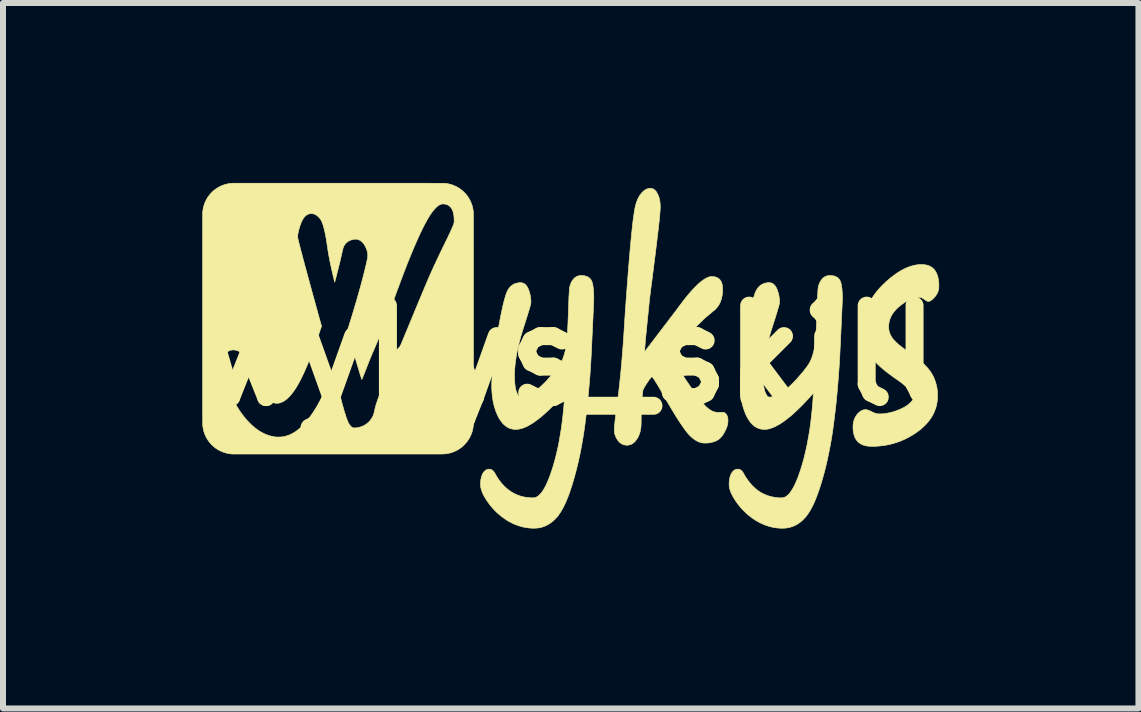
<source format=kicad_pcb>
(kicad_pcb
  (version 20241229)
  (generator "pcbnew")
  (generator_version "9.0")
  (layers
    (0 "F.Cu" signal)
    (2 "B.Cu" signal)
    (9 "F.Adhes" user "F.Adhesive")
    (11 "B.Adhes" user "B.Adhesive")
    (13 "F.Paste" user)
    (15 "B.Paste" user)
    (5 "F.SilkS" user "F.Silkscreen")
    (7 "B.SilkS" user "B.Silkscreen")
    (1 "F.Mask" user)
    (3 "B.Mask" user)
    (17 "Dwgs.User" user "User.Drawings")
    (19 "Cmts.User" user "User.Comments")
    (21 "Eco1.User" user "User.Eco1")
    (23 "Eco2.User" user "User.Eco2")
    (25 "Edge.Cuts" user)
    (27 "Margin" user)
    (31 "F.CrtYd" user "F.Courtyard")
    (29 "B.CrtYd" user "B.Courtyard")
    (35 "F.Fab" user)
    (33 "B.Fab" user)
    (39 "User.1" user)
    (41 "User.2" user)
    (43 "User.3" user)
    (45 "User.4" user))
  (footprint "wykys_skill"
    (layer "F.Cu")
    (at 6.466 2.881)
    (property "Reference" "wykys_skill" (at 0 0 0) (layer "F.SilkS") (effects (font (size 1.524 1.524) (thickness 0.3))))
    (attr through_hole)
    (fp_poly (pts (xy 5.864 -1.52) (xy 5.874 -1.52) (xy 5.883 -1.519) (xy 5.886 -1.519) (xy 5.913 -1.515) (xy 5.939 -1.51) (xy 5.963 -1.503) (xy 5.985 -1.494) (xy 6.006 -1.483) (xy 6.025 -1.47) (xy 6.043 -1.455) (xy 6.059 -1.439) (xy 6.074 -1.42) (xy 6.078 -1.414) (xy 6.09 -1.393) (xy 6.102 -1.37) (xy 6.112 -1.345) (xy 6.12 -1.318) (xy 6.127 -1.289) (xy 6.132 -1.258) (xy 6.136 -1.225) (xy 6.137 -1.219) (xy 6.137 -1.21) (xy 6.138 -1.199) (xy 6.138 -1.188) (xy 6.138 -1.175) (xy 6.138 -1.163) (xy 6.138 -1.151) (xy 6.138 -1.14) (xy 6.138 -1.131) (xy 6.137 -1.122) (xy 6.136 -1.116) (xy 6.136 -1.116) (xy 6.131 -1.093) (xy 6.125 -1.072) (xy 6.117 -1.052) (xy 6.107 -1.032) (xy 6.095 -1.013) (xy 6.081 -0.993) (xy 6.065 -0.974) (xy 6.052 -0.96) (xy 6.037 -0.945) (xy 6.022 -0.933) (xy 6.008 -0.922) (xy 5.995 -0.915) (xy 5.982 -0.909) (xy 5.97 -0.906) (xy 5.962 -0.906) (xy 5.955 -0.906) (xy 5.947 -0.908) (xy 5.938 -0.912) (xy 5.928 -0.918) (xy 5.916 -0.925) (xy 5.903 -0.934) (xy 5.899 -0.937) (xy 5.887 -0.945) (xy 5.877 -0.951) (xy 5.868 -0.957) (xy 5.861 -0.961) (xy 5.854 -0.965) (xy 5.847 -0.968) (xy 5.84 -0.971) (xy 5.839 -0.971) (xy 5.834 -0.973) (xy 5.83 -0.973) (xy 5.826 -0.974) (xy 5.821 -0.974) (xy 5.815 -0.974) (xy 5.812 -0.974) (xy 5.786 -0.973) (xy 5.759 -0.969) (xy 5.732 -0.963) (xy 5.704 -0.954) (xy 5.675 -0.944) (xy 5.646 -0.931) (xy 5.616 -0.916) (xy 5.591 -0.901) (xy 5.567 -0.887) (xy 5.543 -0.871) (xy 5.52 -0.854) (xy 5.497 -0.837) (xy 5.476 -0.819) (xy 5.455 -0.801) (xy 5.437 -0.784) (xy 5.42 -0.767) (xy 5.417 -0.764) (xy 5.395 -0.738) (xy 5.375 -0.711) (xy 5.357 -0.684) (xy 5.342 -0.657) (xy 5.33 -0.629) (xy 5.319 -0.6) (xy 5.311 -0.571) (xy 5.305 -0.541) (xy 5.302 -0.51) (xy 5.301 -0.5) (xy 5.301 -0.473) (xy 5.302 -0.446) (xy 5.307 -0.419) (xy 5.313 -0.393) (xy 5.322 -0.367) (xy 5.334 -0.342) (xy 5.348 -0.317) (xy 5.358 -0.302) (xy 5.368 -0.287) (xy 5.38 -0.271) (xy 5.394 -0.256) (xy 5.409 -0.24) (xy 5.426 -0.223) (xy 5.445 -0.206) (xy 5.466 -0.187) (xy 5.49 -0.168) (xy 5.499 -0.161) (xy 5.51 -0.152) (xy 5.52 -0.144) (xy 5.531 -0.136) (xy 5.543 -0.127) (xy 5.554 -0.118) (xy 5.567 -0.109) (xy 5.581 -0.099) (xy 5.596 -0.088) (xy 5.613 -0.076) (xy 5.632 -0.064) (xy 5.665 -0.04) (xy 5.697 -0.018) (xy 5.727 0.004) (xy 5.755 0.026) (xy 5.781 0.046) (xy 5.806 0.066) (xy 5.83 0.086) (xy 5.852 0.106) (xy 5.874 0.126) (xy 5.895 0.146) (xy 5.896 0.148) (xy 5.922 0.174) (xy 5.945 0.199) (xy 5.966 0.223) (xy 5.985 0.247) (xy 6.002 0.271) (xy 6.015 0.291) (xy 6.034 0.324) (xy 6.051 0.358) (xy 6.066 0.394) (xy 6.08 0.431) (xy 6.091 0.469) (xy 6.1 0.507) (xy 6.108 0.545) (xy 6.108 0.547) (xy 6.11 0.56) (xy 6.111 0.571) (xy 6.113 0.581) (xy 6.114 0.591) (xy 6.114 0.601) (xy 6.115 0.611) (xy 6.115 0.622) (xy 6.116 0.635) (xy 6.116 0.649) (xy 6.116 0.663) (xy 6.116 0.678) (xy 6.116 0.691) (xy 6.115 0.702) (xy 6.115 0.712) (xy 6.115 0.721) (xy 6.114 0.729) (xy 6.113 0.737) (xy 6.113 0.746) (xy 6.111 0.755) (xy 6.11 0.762) (xy 6.104 0.803) (xy 6.095 0.842) (xy 6.083 0.881) (xy 6.069 0.919) (xy 6.053 0.957) (xy 6.035 0.993) (xy 6.014 1.029) (xy 5.99 1.063) (xy 5.964 1.097) (xy 5.936 1.13) (xy 5.905 1.163) (xy 5.872 1.194) (xy 5.837 1.225) (xy 5.799 1.255) (xy 5.798 1.255) (xy 5.754 1.287) (xy 5.708 1.317) (xy 5.661 1.345) (xy 5.613 1.371) (xy 5.564 1.395) (xy 5.514 1.417) (xy 5.464 1.436) (xy 5.413 1.453) (xy 5.412 1.453) (xy 5.369 1.466) (xy 5.327 1.477) (xy 5.285 1.486) (xy 5.242 1.494) (xy 5.198 1.5) (xy 5.152 1.505) (xy 5.118 1.508) (xy 5.109 1.509) (xy 5.098 1.509) (xy 5.085 1.51) (xy 5.072 1.51) (xy 5.058 1.511) (xy 5.044 1.511) (xy 5.03 1.511) (xy 5.016 1.511) (xy 5.003 1.511) (xy 4.991 1.511) (xy 4.981 1.51) (xy 4.973 1.51) (xy 4.968 1.509) (xy 4.938 1.505) (xy 4.911 1.5) (xy 4.885 1.493) (xy 4.862 1.483) (xy 4.84 1.473) (xy 4.819 1.46) (xy 4.801 1.446) (xy 4.784 1.43) (xy 4.769 1.412) (xy 4.759 1.399) (xy 4.747 1.378) (xy 4.736 1.356) (xy 4.727 1.331) (xy 4.72 1.304) (xy 4.714 1.276) (xy 4.709 1.246) (xy 4.709 1.241) (xy 4.708 1.233) (xy 4.708 1.222) (xy 4.707 1.211) (xy 4.707 1.198) (xy 4.707 1.186) (xy 4.708 1.173) (xy 4.708 1.161) (xy 4.708 1.151) (xy 4.709 1.142) (xy 4.71 1.137) (xy 4.715 1.108) (xy 4.722 1.08) (xy 4.731 1.054) (xy 4.743 1.029) (xy 4.756 1.006) (xy 4.77 0.985) (xy 4.786 0.966) (xy 4.803 0.949) (xy 4.819 0.935) (xy 4.837 0.923) (xy 4.854 0.913) (xy 4.873 0.906) (xy 4.891 0.901) (xy 4.91 0.899) (xy 4.916 0.899) (xy 4.925 0.9) (xy 4.935 0.901) (xy 4.945 0.903) (xy 4.956 0.907) (xy 4.969 0.911) (xy 4.983 0.917) (xy 4.999 0.924) (xy 5.016 0.932) (xy 5.02 0.934) (xy 5.034 0.941) (xy 5.046 0.947) (xy 5.057 0.951) (xy 5.067 0.956) (xy 5.077 0.959) (xy 5.087 0.962) (xy 5.097 0.965) (xy 5.106 0.967) (xy 5.11 0.968) (xy 5.114 0.968) (xy 5.117 0.969) (xy 5.122 0.969) (xy 5.127 0.969) (xy 5.134 0.97) (xy 5.142 0.97) (xy 5.152 0.97) (xy 5.156 0.97) (xy 5.171 0.97) (xy 5.184 0.969) (xy 5.196 0.969) (xy 5.208 0.968) (xy 5.219 0.967) (xy 5.232 0.965) (xy 5.247 0.963) (xy 5.249 0.963) (xy 5.289 0.956) (xy 5.33 0.948) (xy 5.371 0.937) (xy 5.412 0.924) (xy 5.452 0.909) (xy 5.492 0.893) (xy 5.53 0.875) (xy 5.532 0.874) (xy 5.555 0.862) (xy 5.576 0.85) (xy 5.595 0.839) (xy 5.612 0.827) (xy 5.628 0.814) (xy 5.644 0.801) (xy 5.659 0.787) (xy 5.664 0.782) (xy 5.676 0.77) (xy 5.687 0.758) (xy 5.695 0.747) (xy 5.703 0.736) (xy 5.71 0.724) (xy 5.711 0.724) (xy 5.713 0.719) (xy 5.715 0.715) (xy 5.716 0.712) (xy 5.717 0.709) (xy 5.716 0.704) (xy 5.716 0.699) (xy 5.714 0.692) (xy 5.714 0.692) (xy 5.71 0.674) (xy 5.703 0.656) (xy 5.693 0.637) (xy 5.681 0.617) (xy 5.667 0.597) (xy 5.651 0.576) (xy 5.632 0.555) (xy 5.61 0.534) (xy 5.587 0.512) (xy 5.561 0.489) (xy 5.533 0.466) (xy 5.503 0.442) (xy 5.47 0.419) (xy 5.436 0.394) (xy 5.416 0.381) (xy 5.396 0.367) (xy 5.375 0.351) (xy 5.353 0.336) (xy 5.331 0.319) (xy 5.31 0.303) (xy 5.289 0.288) (xy 5.269 0.273) (xy 5.251 0.259) (xy 5.247 0.255) (xy 5.224 0.236) (xy 5.203 0.219) (xy 5.183 0.202) (xy 5.165 0.186) (xy 5.147 0.17) (xy 5.129 0.153) (xy 5.112 0.136) (xy 5.107 0.132) (xy 5.085 0.11) (xy 5.065 0.089) (xy 5.047 0.069) (xy 5.03 0.049) (xy 5.015 0.03) (xy 5.001 0.011) (xy 4.988 -0.008) (xy 4.977 -0.027) (xy 4.965 -0.047) (xy 4.955 -0.068) (xy 4.947 -0.085) (xy 4.929 -0.125) (xy 4.914 -0.166) (xy 4.902 -0.208) (xy 4.891 -0.25) (xy 4.883 -0.293) (xy 4.878 -0.337) (xy 4.874 -0.382) (xy 4.873 -0.428) (xy 4.874 -0.474) (xy 4.878 -0.522) (xy 4.883 -0.572) (xy 4.892 -0.622) (xy 4.902 -0.671) (xy 4.915 -0.718) (xy 4.93 -0.765) (xy 4.948 -0.811) (xy 4.968 -0.857) (xy 4.99 -0.901) (xy 5.015 -0.945) (xy 5.042 -0.988) (xy 5.072 -1.03) (xy 5.104 -1.072) (xy 5.139 -1.113) (xy 5.15 -1.126) (xy 5.169 -1.147) (xy 5.19 -1.168) (xy 5.213 -1.191) (xy 5.236 -1.213) (xy 5.261 -1.236) (xy 5.286 -1.258) (xy 5.311 -1.279) (xy 5.335 -1.3) (xy 5.359 -1.318) (xy 5.399 -1.348) (xy 5.438 -1.376) (xy 5.477 -1.401) (xy 5.516 -1.424) (xy 5.554 -1.444) (xy 5.592 -1.462) (xy 5.63 -1.477) (xy 5.667 -1.491) (xy 5.705 -1.501) (xy 5.742 -1.51) (xy 5.779 -1.516) (xy 5.787 -1.517) (xy 5.795 -1.518) (xy 5.805 -1.519) (xy 5.816 -1.519) (xy 5.828 -1.52) (xy 5.84 -1.52) (xy 5.853 -1.52) (xy 5.864 -1.52)) (stroke (width 0.01) (type solid)) (fill yes) (layer "F.SilkS"))
    (fp_poly (pts (xy 0.196 -1.337) (xy 0.201 -1.336) (xy 0.224 -1.334) (xy 0.244 -1.329) (xy 0.264 -1.324) (xy 0.281 -1.316) (xy 0.297 -1.307) (xy 0.311 -1.296) (xy 0.318 -1.29) (xy 0.328 -1.279) (xy 0.337 -1.268) (xy 0.344 -1.255) (xy 0.346 -1.251) (xy 0.353 -1.236) (xy 0.359 -1.219) (xy 0.364 -1.198) (xy 0.369 -1.176) (xy 0.373 -1.151) (xy 0.376 -1.124) (xy 0.379 -1.094) (xy 0.382 -1.062) (xy 0.383 -1.027) (xy 0.384 -0.99) (xy 0.384 -0.983) (xy 0.384 -0.979) (xy 0.384 -0.975) (xy 0.384 -0.971) (xy 0.385 -0.967) (xy 0.385 -0.962) (xy 0.384 -0.958) (xy 0.384 -0.953) (xy 0.384 -0.948) (xy 0.384 -0.943) (xy 0.384 -0.936) (xy 0.384 -0.93) (xy 0.384 -0.922) (xy 0.383 -0.914) (xy 0.383 -0.904) (xy 0.383 -0.894) (xy 0.382 -0.882) (xy 0.382 -0.87) (xy 0.381 -0.855) (xy 0.38 -0.84) (xy 0.38 -0.823) (xy 0.379 -0.805) (xy 0.378 -0.785) (xy 0.377 -0.763) (xy 0.376 -0.739) (xy 0.375 -0.713) (xy 0.373 -0.686) (xy 0.372 -0.656) (xy 0.371 -0.624) (xy 0.369 -0.59) (xy 0.367 -0.553) (xy 0.366 -0.523) (xy 0.364 -0.483) (xy 0.362 -0.445) (xy 0.361 -0.41) (xy 0.359 -0.378) (xy 0.358 -0.347) (xy 0.356 -0.319) (xy 0.355 -0.292) (xy 0.354 -0.267) (xy 0.353 -0.245) (xy 0.352 -0.224) (xy 0.351 -0.204) (xy 0.35 -0.186) (xy 0.35 -0.17) (xy 0.349 -0.155) (xy 0.348 -0.141) (xy 0.348 -0.128) (xy 0.347 -0.117) (xy 0.347 -0.106) (xy 0.346 -0.096) (xy 0.346 -0.088) (xy 0.345 -0.079) (xy 0.345 -0.072) (xy 0.345 -0.065) (xy 0.344 -0.059) (xy 0.344 -0.052) (xy 0.344 -0.047) (xy 0.343 -0.041) (xy 0.343 -0.035) (xy 0.343 -0.03) (xy 0.343 -0.024) (xy 0.342 -0.018) (xy 0.342 -0.017) (xy 0.332 0.167) (xy 0.319 0.349) (xy 0.304 0.53) (xy 0.287 0.711) (xy 0.268 0.89) (xy 0.249 1.052) (xy 0.237 1.148) (xy 0.224 1.242) (xy 0.21 1.334) (xy 0.195 1.424) (xy 0.179 1.512) (xy 0.163 1.599) (xy 0.145 1.684) (xy 0.127 1.768) (xy 0.107 1.85) (xy 0.086 1.931) (xy 0.065 2.011) (xy 0.042 2.091) (xy 0.032 2.126) (xy 0.014 2.181) (xy -0.003 2.234) (xy -0.02 2.285) (xy -0.038 2.333) (xy -0.056 2.379) (xy -0.074 2.423) (xy -0.093 2.464) (xy -0.111 2.503) (xy -0.13 2.54) (xy -0.149 2.574) (xy -0.168 2.606) (xy -0.182 2.627) (xy -0.204 2.659) (xy -0.228 2.689) (xy -0.253 2.717) (xy -0.28 2.743) (xy -0.307 2.767) (xy -0.335 2.788) (xy -0.364 2.807) (xy -0.394 2.824) (xy -0.425 2.839) (xy -0.427 2.84) (xy -0.456 2.851) (xy -0.484 2.86) (xy -0.514 2.867) (xy -0.545 2.872) (xy -0.576 2.875) (xy -0.61 2.876) (xy -0.644 2.876) (xy -0.662 2.875) (xy -0.706 2.871) (xy -0.75 2.865) (xy -0.794 2.856) (xy -0.838 2.845) (xy -0.881 2.831) (xy -0.924 2.815) (xy -0.966 2.797) (xy -0.996 2.782) (xy -1.005 2.777) (xy -1.014 2.773) (xy -1.023 2.768) (xy -1.031 2.763) (xy -1.039 2.759) (xy -1.045 2.756) (xy -1.05 2.753) (xy -1.052 2.751) (xy -1.053 2.75) (xy -1.055 2.749) (xy -1.058 2.747) (xy -1.063 2.744) (xy -1.068 2.74) (xy -1.072 2.738) (xy -1.112 2.711) (xy -1.152 2.682) (xy -1.19 2.651) (xy -1.228 2.618) (xy -1.264 2.582) (xy -1.299 2.545) (xy -1.332 2.506) (xy -1.364 2.465) (xy -1.394 2.423) (xy -1.404 2.408) (xy -1.424 2.376) (xy -1.442 2.345) (xy -1.458 2.315) (xy -1.471 2.286) (xy -1.482 2.257) (xy -1.491 2.23) (xy -1.498 2.203) (xy -1.501 2.189) (xy -1.502 2.182) (xy -1.502 2.172) (xy -1.503 2.161) (xy -1.503 2.149) (xy -1.503 2.137) (xy -1.503 2.124) (xy -1.503 2.113) (xy -1.502 2.105) (xy -1.5 2.076) (xy -1.495 2.049) (xy -1.49 2.024) (xy -1.482 2.001) (xy -1.474 1.98) (xy -1.464 1.96) (xy -1.452 1.943) (xy -1.44 1.928) (xy -1.427 1.916) (xy -1.415 1.907) (xy -1.401 1.9) (xy -1.387 1.895) (xy -1.385 1.895) (xy -1.369 1.892) (xy -1.354 1.892) (xy -1.34 1.894) (xy -1.326 1.898) (xy -1.313 1.905) (xy -1.3 1.914) (xy -1.291 1.923) (xy -1.286 1.929) (xy -1.281 1.935) (xy -1.276 1.942) (xy -1.271 1.95) (xy -1.265 1.959) (xy -1.259 1.969) (xy -1.239 2.005) (xy -1.218 2.038) (xy -1.197 2.07) (xy -1.175 2.099) (xy -1.153 2.127) (xy -1.129 2.153) (xy -1.105 2.179) (xy -1.1 2.183) (xy -1.07 2.211) (xy -1.038 2.237) (xy -1.005 2.261) (xy -0.972 2.282) (xy -0.937 2.301) (xy -0.901 2.317) (xy -0.864 2.332) (xy -0.825 2.344) (xy -0.786 2.354) (xy -0.745 2.361) (xy -0.744 2.361) (xy -0.712 2.366) (xy -0.682 2.368) (xy -0.651 2.37) (xy -0.629 2.369) (xy -0.618 2.369) (xy -0.609 2.369) (xy -0.602 2.368) (xy -0.595 2.366) (xy -0.589 2.364) (xy -0.582 2.362) (xy -0.574 2.358) (xy -0.571 2.356) (xy -0.556 2.348) (xy -0.541 2.337) (xy -0.525 2.324) (xy -0.51 2.308) (xy -0.494 2.291) (xy -0.479 2.272) (xy -0.464 2.25) (xy -0.451 2.23) (xy -0.435 2.202) (xy -0.419 2.172) (xy -0.403 2.139) (xy -0.387 2.103) (xy -0.371 2.065) (xy -0.355 2.025) (xy -0.339 1.982) (xy -0.324 1.937) (xy -0.308 1.889) (xy -0.295 1.848) (xy -0.274 1.774) (xy -0.253 1.698) (xy -0.234 1.619) (xy -0.215 1.538) (xy -0.198 1.455) (xy -0.183 1.369) (xy -0.168 1.282) (xy -0.154 1.193) (xy -0.142 1.101) (xy -0.131 1.007) (xy -0.121 0.912) (xy -0.112 0.814) (xy -0.109 0.777) (xy -0.108 0.763) (xy -0.107 0.75) (xy -0.106 0.735) (xy -0.105 0.721) (xy -0.104 0.707) (xy -0.103 0.693) (xy -0.102 0.68) (xy -0.102 0.668) (xy -0.101 0.657) (xy -0.1 0.647) (xy -0.1 0.639) (xy -0.1 0.633) (xy -0.099 0.628) (xy -0.099 0.626) (xy -0.099 0.626) (xy -0.1 0.626) (xy -0.103 0.629) (xy -0.106 0.632) (xy -0.111 0.637) (xy -0.116 0.643) (xy -0.123 0.65) (xy -0.124 0.652) (xy -0.169 0.702) (xy -0.213 0.749) (xy -0.255 0.794) (xy -0.297 0.837) (xy -0.338 0.877) (xy -0.378 0.916) (xy -0.417 0.952) (xy -0.455 0.986) (xy -0.492 1.017) (xy -0.528 1.047) (xy -0.564 1.074) (xy -0.599 1.099) (xy -0.632 1.122) (xy -0.653 1.135) (xy -0.674 1.148) (xy -0.696 1.16) (xy -0.717 1.172) (xy -0.737 1.182) (xy -0.757 1.191) (xy -0.763 1.193) (xy -0.792 1.205) (xy -0.821 1.214) (xy -0.849 1.221) (xy -0.876 1.226) (xy -0.903 1.228) (xy -0.929 1.228) (xy -0.954 1.226) (xy -0.979 1.222) (xy -0.989 1.219) (xy -1.014 1.212) (xy -1.038 1.202) (xy -1.061 1.189) (xy -1.083 1.174) (xy -1.104 1.157) (xy -1.125 1.137) (xy -1.145 1.115) (xy -1.163 1.091) (xy -1.181 1.064) (xy -1.199 1.035) (xy -1.211 1.012) (xy -1.23 0.97) (xy -1.248 0.927) (xy -1.263 0.882) (xy -1.277 0.836) (xy -1.288 0.788) (xy -1.298 0.738) (xy -1.306 0.687) (xy -1.311 0.634) (xy -1.315 0.58) (xy -1.317 0.524) (xy -1.317 0.501) (xy -1.317 0.462) (xy -1.315 0.421) (xy -1.313 0.377) (xy -1.311 0.331) (xy -1.307 0.283) (xy -1.303 0.233) (xy -1.298 0.181) (xy -1.292 0.126) (xy -1.285 0.07) (xy -1.278 0.011) (xy -1.27 -0.049) (xy -1.261 -0.111) (xy -1.252 -0.175) (xy -1.242 -0.241) (xy -1.231 -0.309) (xy -1.219 -0.378) (xy -1.207 -0.449) (xy -1.194 -0.522) (xy -1.194 -0.523) (xy -1.184 -0.574) (xy -1.175 -0.624) (xy -1.166 -0.671) (xy -1.156 -0.715) (xy -1.147 -0.758) (xy -1.139 -0.798) (xy -1.13 -0.837) (xy -1.121 -0.873) (xy -1.113 -0.906) (xy -1.104 -0.938) (xy -1.096 -0.966) (xy -1.088 -0.993) (xy -1.081 -1.017) (xy -1.073 -1.039) (xy -1.068 -1.052) (xy -1.057 -1.078) (xy -1.044 -1.101) (xy -1.03 -1.122) (xy -1.015 -1.141) (xy -0.998 -1.158) (xy -0.98 -1.173) (xy -0.961 -1.186) (xy -0.941 -1.197) (xy -0.919 -1.205) (xy -0.896 -1.211) (xy -0.892 -1.212) (xy -0.875 -1.215) (xy -0.858 -1.217) (xy -0.842 -1.218) (xy -0.827 -1.217) (xy -0.814 -1.216) (xy -0.804 -1.214) (xy -0.789 -1.208) (xy -0.776 -1.201) (xy -0.763 -1.193) (xy -0.751 -1.182) (xy -0.74 -1.169) (xy -0.729 -1.154) (xy -0.719 -1.137) (xy -0.71 -1.118) (xy -0.701 -1.096) (xy -0.693 -1.075) (xy -0.683 -1.041) (xy -0.675 -1.006) (xy -0.669 -0.97) (xy -0.668 -0.965) (xy -0.667 -0.956) (xy -0.666 -0.946) (xy -0.665 -0.936) (xy -0.665 -0.925) (xy -0.664 -0.915) (xy -0.664 -0.905) (xy -0.663 -0.897) (xy -0.663 -0.89) (xy -0.664 -0.885) (xy -0.664 -0.885) (xy -0.665 -0.877) (xy -0.667 -0.867) (xy -0.669 -0.855) (xy -0.673 -0.841) (xy -0.677 -0.824) (xy -0.683 -0.804) (xy -0.689 -0.783) (xy -0.696 -0.759) (xy -0.704 -0.732) (xy -0.713 -0.704) (xy -0.722 -0.672) (xy -0.733 -0.639) (xy -0.744 -0.603) (xy -0.756 -0.565) (xy -0.769 -0.524) (xy -0.772 -0.516) (xy -0.78 -0.491) (xy -0.787 -0.469) (xy -0.793 -0.448) (xy -0.799 -0.43) (xy -0.804 -0.412) (xy -0.809 -0.396) (xy -0.814 -0.381) (xy -0.818 -0.367) (xy -0.822 -0.354) (xy -0.826 -0.34) (xy -0.83 -0.327) (xy -0.834 -0.313) (xy -0.838 -0.299) (xy -0.841 -0.288) (xy -0.857 -0.226) (xy -0.872 -0.165) (xy -0.886 -0.106) (xy -0.897 -0.048) (xy -0.908 0.008) (xy -0.916 0.063) (xy -0.924 0.117) (xy -0.929 0.17) (xy -0.934 0.223) (xy -0.936 0.259) (xy -0.936 0.268) (xy -0.937 0.279) (xy -0.937 0.292) (xy -0.937 0.306) (xy -0.937 0.321) (xy -0.937 0.336) (xy -0.937 0.352) (xy -0.937 0.366) (xy -0.937 0.38) (xy -0.937 0.393) (xy -0.936 0.404) (xy -0.936 0.412) (xy -0.936 0.413) (xy -0.934 0.444) (xy -0.931 0.474) (xy -0.928 0.501) (xy -0.924 0.526) (xy -0.919 0.55) (xy -0.914 0.572) (xy -0.908 0.592) (xy -0.901 0.611) (xy -0.893 0.629) (xy -0.89 0.635) (xy -0.882 0.651) (xy -0.874 0.663) (xy -0.865 0.674) (xy -0.857 0.681) (xy -0.849 0.686) (xy -0.846 0.688) (xy -0.843 0.689) (xy -0.839 0.69) (xy -0.835 0.69) (xy -0.829 0.69) (xy -0.828 0.69) (xy -0.809 0.688) (xy -0.789 0.685) (xy -0.767 0.68) (xy -0.744 0.672) (xy -0.72 0.663) (xy -0.696 0.651) (xy -0.67 0.638) (xy -0.652 0.628) (xy -0.628 0.613) (xy -0.604 0.597) (xy -0.58 0.58) (xy -0.555 0.56) (xy -0.529 0.539) (xy -0.503 0.516) (xy -0.477 0.492) (xy -0.449 0.465) (xy -0.421 0.437) (xy -0.392 0.406) (xy -0.363 0.373) (xy -0.332 0.338) (xy -0.317 0.322) (xy -0.293 0.294) (xy -0.271 0.267) (xy -0.251 0.242) (xy -0.233 0.219) (xy -0.216 0.196) (xy -0.201 0.175) (xy -0.187 0.155) (xy -0.175 0.136) (xy -0.164 0.118) (xy -0.155 0.101) (xy -0.149 0.09) (xy -0.138 0.065) (xy -0.127 0.037) (xy -0.117 0.008) (xy -0.107 -0.023) (xy -0.098 -0.055) (xy -0.09 -0.088) (xy -0.083 -0.121) (xy -0.077 -0.155) (xy -0.072 -0.189) (xy -0.072 -0.191) (xy -0.069 -0.21) (xy -0.067 -0.231) (xy -0.065 -0.253) (xy -0.063 -0.277) (xy -0.061 -0.301) (xy -0.058 -0.328) (xy -0.056 -0.356) (xy -0.054 -0.385) (xy -0.053 -0.416) (xy -0.051 -0.449) (xy -0.049 -0.484) (xy -0.047 -0.521) (xy -0.045 -0.56) (xy -0.044 -0.601) (xy -0.042 -0.644) (xy -0.04 -0.69) (xy -0.038 -0.738) (xy -0.037 -0.788) (xy -0.036 -0.806) (xy -0.035 -0.845) (xy -0.034 -0.881) (xy -0.032 -0.916) (xy -0.031 -0.948) (xy -0.03 -0.979) (xy -0.028 -1.006) (xy -0.027 -1.032) (xy -0.025 -1.055) (xy -0.024 -1.076) (xy -0.023 -1.094) (xy -0.021 -1.11) (xy -0.02 -1.124) (xy -0.019 -1.133) (xy -0.015 -1.154) (xy -0.009 -1.175) (xy -0.002 -1.196) (xy 0.006 -1.216) (xy 0.017 -1.236) (xy 0.028 -1.254) (xy 0.04 -1.27) (xy 0.053 -1.286) (xy 0.067 -1.299) (xy 0.082 -1.31) (xy 0.097 -1.319) (xy 0.098 -1.319) (xy 0.114 -1.327) (xy 0.133 -1.332) (xy 0.153 -1.335) (xy 0.174 -1.337) (xy 0.196 -1.337)) (stroke (width 0.01) (type solid)) (fill yes) (layer "F.SilkS"))
    (fp_poly (pts (xy 4.336 -1.337) (xy 4.343 -1.336) (xy 4.364 -1.334) (xy 4.383 -1.331) (xy 4.4 -1.327) (xy 4.416 -1.321) (xy 4.43 -1.314) (xy 4.443 -1.306) (xy 4.456 -1.296) (xy 4.468 -1.284) (xy 4.479 -1.272) (xy 4.488 -1.258) (xy 4.49 -1.254) (xy 4.496 -1.24) (xy 4.502 -1.224) (xy 4.507 -1.206) (xy 4.512 -1.185) (xy 4.516 -1.163) (xy 4.519 -1.138) (xy 4.523 -1.111) (xy 4.525 -1.082) (xy 4.527 -1.05) (xy 4.529 -1.016) (xy 4.529 -0.982) (xy 4.53 -0.979) (xy 4.53 -0.975) (xy 4.53 -0.972) (xy 4.53 -0.968) (xy 4.53 -0.964) (xy 4.53 -0.959) (xy 4.53 -0.955) (xy 4.529 -0.949) (xy 4.529 -0.943) (xy 4.529 -0.937) (xy 4.529 -0.929) (xy 4.529 -0.921) (xy 4.528 -0.912) (xy 4.528 -0.902) (xy 4.527 -0.891) (xy 4.527 -0.878) (xy 4.526 -0.864) (xy 4.526 -0.849) (xy 4.525 -0.832) (xy 4.524 -0.814) (xy 4.523 -0.794) (xy 4.522 -0.773) (xy 4.521 -0.749) (xy 4.52 -0.724) (xy 4.519 -0.697) (xy 4.518 -0.667) (xy 4.516 -0.636) (xy 4.514 -0.602) (xy 4.513 -0.566) (xy 4.511 -0.527) (xy 4.511 -0.516) (xy 4.509 -0.476) (xy 4.507 -0.438) (xy 4.505 -0.403) (xy 4.504 -0.37) (xy 4.502 -0.339) (xy 4.501 -0.31) (xy 4.5 -0.283) (xy 4.499 -0.258) (xy 4.498 -0.235) (xy 4.497 -0.214) (xy 4.496 -0.194) (xy 4.495 -0.176) (xy 4.494 -0.159) (xy 4.493 -0.144) (xy 4.493 -0.129) (xy 4.492 -0.116) (xy 4.491 -0.104) (xy 4.491 -0.093) (xy 4.49 -0.083) (xy 4.49 -0.073) (xy 4.49 -0.065) (xy 4.489 -0.057) (xy 4.489 -0.049) (xy 4.488 -0.042) (xy 4.488 -0.035) (xy 4.488 -0.028) (xy 4.487 -0.022) (xy 4.487 -0.015) (xy 4.487 -0.009) (xy 4.486 -0.002) (xy 4.486 0.005) (xy 4.486 0.012) (xy 4.486 0.013) (xy 4.481 0.086) (xy 4.477 0.16) (xy 4.472 0.234) (xy 4.467 0.308) (xy 4.461 0.382) (xy 4.455 0.456) (xy 4.449 0.529) (xy 4.443 0.602) (xy 4.436 0.675) (xy 4.429 0.746) (xy 4.422 0.817) (xy 4.414 0.886) (xy 4.406 0.954) (xy 4.398 1.021) (xy 4.39 1.086) (xy 4.382 1.15) (xy 4.373 1.211) (xy 4.365 1.271) (xy 4.356 1.328) (xy 4.347 1.383) (xy 4.347 1.386) (xy 4.332 1.471) (xy 4.316 1.556) (xy 4.299 1.639) (xy 4.282 1.721) (xy 4.264 1.801) (xy 4.245 1.88) (xy 4.225 1.957) (xy 4.204 2.031) (xy 4.183 2.104) (xy 4.161 2.175) (xy 4.145 2.226) (xy 4.127 2.276) (xy 4.11 2.324) (xy 4.093 2.369) (xy 4.075 2.412) (xy 4.058 2.453) (xy 4.04 2.491) (xy 4.022 2.527) (xy 4.003 2.561) (xy 3.985 2.593) (xy 3.966 2.622) (xy 3.947 2.65) (xy 3.928 2.676) (xy 3.92 2.685) (xy 3.914 2.692) (xy 3.907 2.7) (xy 3.899 2.708) (xy 3.89 2.717) (xy 3.881 2.727) (xy 3.872 2.736) (xy 3.863 2.745) (xy 3.854 2.753) (xy 3.847 2.76) (xy 3.841 2.765) (xy 3.84 2.765) (xy 3.812 2.787) (xy 3.783 2.806) (xy 3.753 2.823) (xy 3.723 2.838) (xy 3.692 2.85) (xy 3.66 2.86) (xy 3.627 2.867) (xy 3.594 2.873) (xy 3.568 2.875) (xy 3.561 2.876) (xy 3.551 2.876) (xy 3.54 2.876) (xy 3.529 2.876) (xy 3.518 2.876) (xy 3.507 2.876) (xy 3.498 2.876) (xy 3.494 2.876) (xy 3.454 2.873) (xy 3.415 2.868) (xy 3.377 2.862) (xy 3.34 2.854) (xy 3.302 2.844) (xy 3.27 2.833) (xy 3.237 2.822) (xy 3.204 2.808) (xy 3.172 2.793) (xy 3.14 2.778) (xy 3.11 2.761) (xy 3.082 2.744) (xy 3.082 2.744) (xy 3.061 2.73) (xy 3.041 2.717) (xy 3.024 2.705) (xy 3.007 2.693) (xy 2.991 2.681) (xy 2.976 2.668) (xy 2.96 2.656) (xy 2.944 2.642) (xy 2.943 2.641) (xy 2.936 2.635) (xy 2.928 2.627) (xy 2.919 2.619) (xy 2.909 2.609) (xy 2.899 2.599) (xy 2.888 2.589) (xy 2.878 2.578) (xy 2.868 2.568) (xy 2.859 2.559) (xy 2.851 2.551) (xy 2.845 2.544) (xy 2.843 2.542) (xy 2.817 2.511) (xy 2.793 2.481) (xy 2.77 2.45) (xy 2.749 2.42) (xy 2.73 2.39) (xy 2.712 2.361) (xy 2.696 2.332) (xy 2.682 2.304) (xy 2.67 2.277) (xy 2.66 2.25) (xy 2.652 2.225) (xy 2.647 2.204) (xy 2.645 2.194) (xy 2.644 2.186) (xy 2.643 2.177) (xy 2.642 2.169) (xy 2.642 2.159) (xy 2.642 2.148) (xy 2.642 2.14) (xy 2.642 2.11) (xy 2.645 2.082) (xy 2.648 2.055) (xy 2.654 2.03) (xy 2.66 2.007) (xy 2.668 1.986) (xy 2.678 1.966) (xy 2.689 1.948) (xy 2.701 1.933) (xy 2.714 1.919) (xy 2.725 1.911) (xy 2.736 1.904) (xy 2.749 1.898) (xy 2.762 1.894) (xy 2.776 1.892) (xy 2.79 1.892) (xy 2.798 1.892) (xy 2.811 1.895) (xy 2.823 1.899) (xy 2.834 1.906) (xy 2.844 1.914) (xy 2.852 1.921) (xy 2.858 1.927) (xy 2.864 1.934) (xy 2.87 1.942) (xy 2.875 1.951) (xy 2.882 1.962) (xy 2.886 1.97) (xy 2.909 2.01) (xy 2.933 2.047) (xy 2.958 2.083) (xy 2.984 2.116) (xy 3.011 2.148) (xy 3.031 2.17) (xy 3.056 2.194) (xy 3.081 2.216) (xy 3.106 2.236) (xy 3.131 2.255) (xy 3.157 2.272) (xy 3.184 2.288) (xy 3.207 2.3) (xy 3.242 2.316) (xy 3.277 2.33) (xy 3.313 2.342) (xy 3.35 2.352) (xy 3.389 2.359) (xy 3.429 2.365) (xy 3.465 2.369) (xy 3.475 2.369) (xy 3.486 2.37) (xy 3.497 2.37) (xy 3.508 2.37) (xy 3.518 2.37) (xy 3.528 2.369) (xy 3.535 2.369) (xy 3.541 2.368) (xy 3.542 2.368) (xy 3.559 2.363) (xy 3.575 2.356) (xy 3.592 2.346) (xy 3.608 2.334) (xy 3.624 2.32) (xy 3.641 2.303) (xy 3.657 2.283) (xy 3.673 2.261) (xy 3.689 2.237) (xy 3.705 2.21) (xy 3.721 2.18) (xy 3.727 2.17) (xy 3.742 2.138) (xy 3.757 2.105) (xy 3.772 2.069) (xy 3.788 2.031) (xy 3.802 1.99) (xy 3.817 1.948) (xy 3.832 1.905) (xy 3.846 1.859) (xy 3.86 1.813) (xy 3.874 1.764) (xy 3.887 1.715) (xy 3.9 1.665) (xy 3.912 1.613) (xy 3.924 1.561) (xy 3.936 1.509) (xy 3.945 1.462) (xy 3.96 1.381) (xy 3.975 1.298) (xy 3.988 1.214) (xy 4 1.128) (xy 4.01 1.04) (xy 4.02 0.95) (xy 4.029 0.858) (xy 4.037 0.763) (xy 4.043 0.674) (xy 4.044 0.663) (xy 4.044 0.653) (xy 4.045 0.644) (xy 4.045 0.636) (xy 4.046 0.63) (xy 4.046 0.626) (xy 4.046 0.624) (xy 4.046 0.624) (xy 4.045 0.625) (xy 4.043 0.627) (xy 4.04 0.631) (xy 4.036 0.635) (xy 4.004 0.671) (xy 3.972 0.707) (xy 3.939 0.742) (xy 3.906 0.777) (xy 3.873 0.812) (xy 3.84 0.845) (xy 3.807 0.877) (xy 3.776 0.907) (xy 3.745 0.936) (xy 3.715 0.964) (xy 3.693 0.984) (xy 3.654 1.017) (xy 3.616 1.047) (xy 3.58 1.075) (xy 3.544 1.101) (xy 3.509 1.125) (xy 3.475 1.146) (xy 3.442 1.164) (xy 3.41 1.181) (xy 3.379 1.195) (xy 3.348 1.206) (xy 3.319 1.216) (xy 3.303 1.22) (xy 3.277 1.225) (xy 3.25 1.228) (xy 3.224 1.228) (xy 3.198 1.227) (xy 3.172 1.223) (xy 3.153 1.219) (xy 3.128 1.211) (xy 3.105 1.2) (xy 3.082 1.188) (xy 3.06 1.173) (xy 3.039 1.155) (xy 3.019 1.136) (xy 2.999 1.114) (xy 2.981 1.089) (xy 2.963 1.062) (xy 2.946 1.033) (xy 2.929 1.002) (xy 2.92 0.983) (xy 2.903 0.94) (xy 2.887 0.896) (xy 2.873 0.851) (xy 2.86 0.804) (xy 2.85 0.756) (xy 2.842 0.706) (xy 2.836 0.654) (xy 2.835 0.652) (xy 2.833 0.62) (xy 2.831 0.587) (xy 2.829 0.551) (xy 2.828 0.514) (xy 2.829 0.475) (xy 2.829 0.435) (xy 2.831 0.395) (xy 2.833 0.356) (xy 2.836 0.304) (xy 2.841 0.25) (xy 2.846 0.193) (xy 2.852 0.134) (xy 2.859 0.073) (xy 2.867 0.01) (xy 2.876 -0.056) (xy 2.885 -0.124) (xy 2.896 -0.194) (xy 2.907 -0.266) (xy 2.919 -0.34) (xy 2.932 -0.416) (xy 2.934 -0.425) (xy 2.944 -0.481) (xy 2.953 -0.535) (xy 2.963 -0.587) (xy 2.973 -0.636) (xy 2.982 -0.683) (xy 2.991 -0.728) (xy 3 -0.77) (xy 3.009 -0.81) (xy 3.018 -0.848) (xy 3.026 -0.883) (xy 3.035 -0.916) (xy 3.043 -0.947) (xy 3.051 -0.975) (xy 3.059 -1) (xy 3.066 -1.024) (xy 3.074 -1.044) (xy 3.077 -1.051) (xy 3.085 -1.071) (xy 3.095 -1.09) (xy 3.105 -1.108) (xy 3.116 -1.124) (xy 3.124 -1.135) (xy 3.13 -1.142) (xy 3.138 -1.149) (xy 3.146 -1.157) (xy 3.154 -1.165) (xy 3.162 -1.171) (xy 3.168 -1.176) (xy 3.184 -1.186) (xy 3.201 -1.195) (xy 3.219 -1.203) (xy 3.237 -1.209) (xy 3.241 -1.21) (xy 3.255 -1.213) (xy 3.269 -1.215) (xy 3.284 -1.217) (xy 3.299 -1.218) (xy 3.312 -1.218) (xy 3.324 -1.217) (xy 3.33 -1.216) (xy 3.343 -1.213) (xy 3.355 -1.209) (xy 3.367 -1.203) (xy 3.378 -1.196) (xy 3.389 -1.186) (xy 3.392 -1.183) (xy 3.402 -1.172) (xy 3.412 -1.16) (xy 3.421 -1.146) (xy 3.429 -1.131) (xy 3.437 -1.114) (xy 3.443 -1.1) (xy 3.455 -1.067) (xy 3.464 -1.033) (xy 3.472 -1) (xy 3.477 -0.965) (xy 3.48 -0.929) (xy 3.481 -0.911) (xy 3.481 -0.901) (xy 3.481 -0.893) (xy 3.481 -0.887) (xy 3.481 -0.882) (xy 3.48 -0.878) (xy 3.48 -0.874) (xy 3.479 -0.871) (xy 3.477 -0.86) (xy 3.474 -0.847) (xy 3.47 -0.831) (xy 3.465 -0.813) (xy 3.459 -0.793) (xy 3.452 -0.771) (xy 3.445 -0.746) (xy 3.437 -0.719) (xy 3.428 -0.69) (xy 3.418 -0.658) (xy 3.408 -0.625) (xy 3.397 -0.589) (xy 3.385 -0.552) (xy 3.376 -0.525) (xy 3.367 -0.496) (xy 3.358 -0.469) (xy 3.351 -0.445) (xy 3.343 -0.422) (xy 3.337 -0.4) (xy 3.331 -0.38) (xy 3.325 -0.361) (xy 3.32 -0.343) (xy 3.315 -0.326) (xy 3.31 -0.309) (xy 3.305 -0.292) (xy 3.301 -0.275) (xy 3.296 -0.258) (xy 3.292 -0.241) (xy 3.287 -0.223) (xy 3.287 -0.222) (xy 3.271 -0.157) (xy 3.257 -0.094) (xy 3.245 -0.033) (xy 3.234 0.026) (xy 3.226 0.084) (xy 3.219 0.14) (xy 3.213 0.195) (xy 3.21 0.249) (xy 3.208 0.302) (xy 3.207 0.354) (xy 3.209 0.404) (xy 3.209 0.418) (xy 3.212 0.453) (xy 3.215 0.486) (xy 3.219 0.516) (xy 3.224 0.544) (xy 3.231 0.57) (xy 3.237 0.593) (xy 3.245 0.615) (xy 3.246 0.616) (xy 3.254 0.634) (xy 3.262 0.648) (xy 3.269 0.661) (xy 3.277 0.671) (xy 3.285 0.679) (xy 3.293 0.685) (xy 3.298 0.687) (xy 3.304 0.689) (xy 3.313 0.69) (xy 3.323 0.69) (xy 3.334 0.689) (xy 3.347 0.687) (xy 3.361 0.684) (xy 3.376 0.68) (xy 3.39 0.676) (xy 3.395 0.674) (xy 3.416 0.666) (xy 3.439 0.656) (xy 3.462 0.645) (xy 3.486 0.632) (xy 3.511 0.617) (xy 3.535 0.601) (xy 3.559 0.585) (xy 3.568 0.578) (xy 3.592 0.559) (xy 3.617 0.538) (xy 3.642 0.516) (xy 3.669 0.491) (xy 3.697 0.464) (xy 3.725 0.435) (xy 3.754 0.404) (xy 3.784 0.372) (xy 3.814 0.337) (xy 3.845 0.302) (xy 3.852 0.293) (xy 3.877 0.264) (xy 3.899 0.235) (xy 3.92 0.208) (xy 3.939 0.183) (xy 3.955 0.159) (xy 3.97 0.137) (xy 3.982 0.116) (xy 3.992 0.097) (xy 3.997 0.088) (xy 4.01 0.058) (xy 4.023 0.025) (xy 4.034 -0.01) (xy 4.045 -0.046) (xy 4.054 -0.084) (xy 4.062 -0.123) (xy 4.069 -0.164) (xy 4.075 -0.205) (xy 4.076 -0.214) (xy 4.078 -0.232) (xy 4.08 -0.251) (xy 4.082 -0.27) (xy 4.083 -0.29) (xy 4.085 -0.31) (xy 4.087 -0.332) (xy 4.089 -0.354) (xy 4.09 -0.378) (xy 4.092 -0.403) (xy 4.093 -0.429) (xy 4.095 -0.456) (xy 4.096 -0.486) (xy 4.098 -0.516) (xy 4.099 -0.549) (xy 4.101 -0.583) (xy 4.102 -0.62) (xy 4.104 -0.658) (xy 4.105 -0.698) (xy 4.107 -0.741) (xy 4.108 -0.786) (xy 4.109 -0.815) (xy 4.11 -0.855) (xy 4.112 -0.892) (xy 4.113 -0.927) (xy 4.115 -0.959) (xy 4.116 -0.989) (xy 4.117 -1.016) (xy 4.119 -1.041) (xy 4.12 -1.064) (xy 4.121 -1.084) (xy 4.123 -1.101) (xy 4.124 -1.117) (xy 4.126 -1.129) (xy 4.127 -1.14) (xy 4.128 -1.144) (xy 4.132 -1.164) (xy 4.138 -1.184) (xy 4.146 -1.204) (xy 4.155 -1.223) (xy 4.165 -1.242) (xy 4.177 -1.259) (xy 4.189 -1.276) (xy 4.202 -1.29) (xy 4.216 -1.302) (xy 4.22 -1.305) (xy 4.236 -1.316) (xy 4.254 -1.324) (xy 4.272 -1.331) (xy 4.292 -1.335) (xy 4.313 -1.337) (xy 4.336 -1.337)) (stroke (width 0.01) (type solid)) (fill yes) (layer "F.SilkS"))
    (fp_poly (pts (xy 1.335 -2.791) (xy 1.341 -2.79) (xy 1.347 -2.789) (xy 1.352 -2.788) (xy 1.354 -2.788) (xy 1.369 -2.783) (xy 1.383 -2.776) (xy 1.396 -2.767) (xy 1.408 -2.756) (xy 1.42 -2.743) (xy 1.431 -2.728) (xy 1.441 -2.71) (xy 1.451 -2.69) (xy 1.458 -2.677) (xy 1.468 -2.651) (xy 1.476 -2.623) (xy 1.483 -2.594) (xy 1.488 -2.563) (xy 1.491 -2.531) (xy 1.493 -2.499) (xy 1.493 -2.466) (xy 1.492 -2.453) (xy 1.491 -2.435) (xy 1.49 -2.415) (xy 1.488 -2.394) (xy 1.487 -2.37) (xy 1.484 -2.344) (xy 1.482 -2.316) (xy 1.479 -2.286) (xy 1.476 -2.253) (xy 1.472 -2.219) (xy 1.468 -2.182) (xy 1.464 -2.144) (xy 1.459 -2.103) (xy 1.454 -2.06) (xy 1.449 -2.014) (xy 1.443 -1.967) (xy 1.437 -1.917) (xy 1.431 -1.864) (xy 1.424 -1.81) (xy 1.417 -1.753) (xy 1.41 -1.693) (xy 1.402 -1.632) (xy 1.394 -1.568) (xy 1.385 -1.501) (xy 1.377 -1.432) (xy 1.367 -1.36) (xy 1.367 -1.354) (xy 1.363 -1.323) (xy 1.359 -1.293) (xy 1.355 -1.262) (xy 1.351 -1.232) (xy 1.347 -1.203) (xy 1.343 -1.175) (xy 1.34 -1.147) (xy 1.336 -1.12) (xy 1.333 -1.094) (xy 1.33 -1.069) (xy 1.327 -1.046) (xy 1.324 -1.024) (xy 1.322 -1.003) (xy 1.319 -0.984) (xy 1.317 -0.966) (xy 1.315 -0.95) (xy 1.313 -0.936) (xy 1.312 -0.924) (xy 1.311 -0.913) (xy 1.31 -0.905) (xy 1.309 -0.9) (xy 1.309 -0.896) (xy 1.309 -0.895) (xy 1.309 -0.894) (xy 1.309 -0.89) (xy 1.308 -0.884) (xy 1.307 -0.876) (xy 1.306 -0.866) (xy 1.305 -0.855) (xy 1.304 -0.843) (xy 1.303 -0.829) (xy 1.301 -0.815) (xy 1.3 -0.802) (xy 1.294 -0.746) (xy 1.289 -0.693) (xy 1.283 -0.641) (xy 1.278 -0.592) (xy 1.274 -0.544) (xy 1.269 -0.498) (xy 1.265 -0.455) (xy 1.261 -0.413) (xy 1.257 -0.374) (xy 1.253 -0.337) (xy 1.25 -0.302) (xy 1.247 -0.269) (xy 1.244 -0.239) (xy 1.242 -0.211) (xy 1.24 -0.185) (xy 1.238 -0.161) (xy 1.236 -0.14) (xy 1.235 -0.121) (xy 1.234 -0.105) (xy 1.234 -0.091) (xy 1.233 -0.089) (xy 1.233 -0.081) (xy 1.233 -0.075) (xy 1.233 -0.072) (xy 1.233 -0.07) (xy 1.234 -0.069) (xy 1.234 -0.069) (xy 1.235 -0.07) (xy 1.236 -0.071) (xy 1.238 -0.074) (xy 1.242 -0.079) (xy 1.247 -0.086) (xy 1.254 -0.094) (xy 1.261 -0.104) (xy 1.27 -0.116) (xy 1.28 -0.129) (xy 1.291 -0.143) (xy 1.303 -0.159) (xy 1.316 -0.175) (xy 1.329 -0.193) (xy 1.343 -0.211) (xy 1.358 -0.231) (xy 1.374 -0.251) (xy 1.39 -0.272) (xy 1.406 -0.294) (xy 1.423 -0.316) (xy 1.44 -0.338) (xy 1.457 -0.361) (xy 1.475 -0.384) (xy 1.492 -0.407) (xy 1.51 -0.43) (xy 1.528 -0.453) (xy 1.545 -0.477) (xy 1.563 -0.499) (xy 1.58 -0.522) (xy 1.597 -0.544) (xy 1.614 -0.566) (xy 1.63 -0.587) (xy 1.645 -0.608) (xy 1.66 -0.628) (xy 1.675 -0.646) (xy 1.689 -0.665) (xy 1.702 -0.682) (xy 1.714 -0.698) (xy 1.725 -0.712) (xy 1.735 -0.726) (xy 1.745 -0.738) (xy 1.753 -0.749) (xy 1.76 -0.758) (xy 1.765 -0.765) (xy 1.77 -0.771) (xy 1.773 -0.775) (xy 1.774 -0.777) (xy 1.809 -0.825) (xy 1.843 -0.87) (xy 1.876 -0.914) (xy 1.908 -0.955) (xy 1.94 -0.994) (xy 1.971 -1.031) (xy 2.001 -1.066) (xy 2.03 -1.098) (xy 2.059 -1.129) (xy 2.087 -1.157) (xy 2.113 -1.183) (xy 2.139 -1.207) (xy 2.164 -1.228) (xy 2.189 -1.247) (xy 2.212 -1.264) (xy 2.234 -1.279) (xy 2.256 -1.291) (xy 2.276 -1.301) (xy 2.28 -1.303) (xy 2.298 -1.31) (xy 2.314 -1.315) (xy 2.33 -1.318) (xy 2.346 -1.319) (xy 2.354 -1.32) (xy 2.375 -1.319) (xy 2.396 -1.316) (xy 2.415 -1.312) (xy 2.433 -1.306) (xy 2.442 -1.301) (xy 2.458 -1.292) (xy 2.473 -1.281) (xy 2.486 -1.269) (xy 2.497 -1.254) (xy 2.507 -1.238) (xy 2.515 -1.22) (xy 2.522 -1.2) (xy 2.527 -1.178) (xy 2.529 -1.164) (xy 2.53 -1.157) (xy 2.531 -1.148) (xy 2.531 -1.138) (xy 2.532 -1.126) (xy 2.532 -1.113) (xy 2.532 -1.1) (xy 2.532 -1.086) (xy 2.532 -1.073) (xy 2.531 -1.061) (xy 2.531 -1.05) (xy 2.53 -1.041) (xy 2.529 -1.037) (xy 2.525 -1.003) (xy 2.518 -0.971) (xy 2.51 -0.94) (xy 2.501 -0.912) (xy 2.49 -0.885) (xy 2.477 -0.859) (xy 2.462 -0.835) (xy 2.446 -0.812) (xy 2.435 -0.799) (xy 2.423 -0.785) (xy 2.409 -0.771) (xy 2.394 -0.758) (xy 2.38 -0.746) (xy 2.368 -0.738) (xy 2.364 -0.734) (xy 2.36 -0.731) (xy 2.358 -0.729) (xy 2.357 -0.728) (xy 2.356 -0.726) (xy 2.353 -0.724) (xy 2.349 -0.72) (xy 2.343 -0.715) (xy 2.337 -0.71) (xy 2.336 -0.709) (xy 2.321 -0.697) (xy 2.306 -0.685) (xy 2.291 -0.672) (xy 2.276 -0.659) (xy 2.261 -0.647) (xy 2.247 -0.635) (xy 2.235 -0.624) (xy 2.224 -0.614) (xy 2.219 -0.61) (xy 2.205 -0.596) (xy 2.189 -0.581) (xy 2.172 -0.564) (xy 2.154 -0.546) (xy 2.134 -0.527) (xy 2.114 -0.507) (xy 2.094 -0.486) (xy 2.073 -0.464) (xy 2.053 -0.443) (xy 2.032 -0.421) (xy 2.012 -0.399) (xy 1.992 -0.377) (xy 1.973 -0.357) (xy 1.946 -0.327) (xy 1.92 -0.298) (xy 1.895 -0.269) (xy 1.872 -0.241) (xy 1.849 -0.213) (xy 1.829 -0.187) (xy 1.809 -0.161) (xy 1.791 -0.137) (xy 1.775 -0.114) (xy 1.76 -0.092) (xy 1.747 -0.071) (xy 1.735 -0.052) (xy 1.725 -0.034) (xy 1.717 -0.018) (xy 1.713 -0.006) (xy 1.709 0.003) (xy 1.707 0.012) (xy 1.705 0.021) (xy 1.704 0.029) (xy 1.704 0.03) (xy 1.705 0.036) (xy 1.707 0.045) (xy 1.711 0.055) (xy 1.716 0.068) (xy 1.723 0.082) (xy 1.731 0.098) (xy 1.741 0.116) (xy 1.752 0.136) (xy 1.765 0.158) (xy 1.777 0.178) (xy 1.793 0.205) (xy 1.811 0.234) (xy 1.83 0.264) (xy 1.85 0.295) (xy 1.871 0.328) (xy 1.892 0.36) (xy 1.914 0.394) (xy 1.936 0.427) (xy 1.959 0.461) (xy 1.981 0.493) (xy 2.004 0.526) (xy 2.025 0.557) (xy 2.047 0.587) (xy 2.067 0.616) (xy 2.074 0.625) (xy 2.098 0.658) (xy 2.121 0.689) (xy 2.143 0.717) (xy 2.163 0.743) (xy 2.183 0.767) (xy 2.201 0.789) (xy 2.218 0.809) (xy 2.234 0.826) (xy 2.248 0.841) (xy 2.261 0.854) (xy 2.282 0.872) (xy 2.302 0.888) (xy 2.322 0.902) (xy 2.342 0.914) (xy 2.361 0.924) (xy 2.381 0.932) (xy 2.402 0.938) (xy 2.422 0.943) (xy 2.422 0.943) (xy 2.426 0.944) (xy 2.43 0.944) (xy 2.435 0.945) (xy 2.44 0.945) (xy 2.447 0.945) (xy 2.455 0.945) (xy 2.465 0.945) (xy 2.47 0.945) (xy 2.486 0.945) (xy 2.5 0.944) (xy 2.511 0.944) (xy 2.52 0.944) (xy 2.528 0.944) (xy 2.535 0.944) (xy 2.54 0.945) (xy 2.544 0.945) (xy 2.548 0.945) (xy 2.55 0.946) (xy 2.553 0.946) (xy 2.555 0.947) (xy 2.555 0.947) (xy 2.567 0.952) (xy 2.578 0.96) (xy 2.588 0.97) (xy 2.597 0.982) (xy 2.605 0.995) (xy 2.607 0.999) (xy 2.612 1.013) (xy 2.617 1.029) (xy 2.62 1.047) (xy 2.621 1.066) (xy 2.622 1.085) (xy 2.621 1.105) (xy 2.619 1.125) (xy 2.617 1.135) (xy 2.612 1.16) (xy 2.604 1.185) (xy 2.594 1.212) (xy 2.582 1.239) (xy 2.568 1.267) (xy 2.552 1.296) (xy 2.536 1.321) (xy 2.521 1.342) (xy 2.504 1.361) (xy 2.487 1.378) (xy 2.468 1.394) (xy 2.447 1.407) (xy 2.425 1.419) (xy 2.401 1.43) (xy 2.375 1.438) (xy 2.348 1.445) (xy 2.318 1.451) (xy 2.294 1.454) (xy 2.288 1.455) (xy 2.28 1.455) (xy 2.271 1.456) (xy 2.26 1.456) (xy 2.25 1.456) (xy 2.239 1.456) (xy 2.228 1.456) (xy 2.218 1.456) (xy 2.21 1.455) (xy 2.203 1.455) (xy 2.198 1.454) (xy 2.197 1.454) (xy 2.174 1.449) (xy 2.151 1.442) (xy 2.128 1.434) (xy 2.106 1.423) (xy 2.084 1.41) (xy 2.061 1.395) (xy 2.038 1.378) (xy 2.015 1.358) (xy 2.002 1.346) (xy 1.989 1.334) (xy 1.975 1.32) (xy 1.961 1.304) (xy 1.946 1.287) (xy 1.931 1.268) (xy 1.915 1.248) (xy 1.899 1.226) (xy 1.881 1.201) (xy 1.863 1.175) (xy 1.844 1.147) (xy 1.823 1.117) (xy 1.809 1.095) (xy 1.795 1.074) (xy 1.781 1.052) (xy 1.767 1.03) (xy 1.753 1.008) (xy 1.739 0.984) (xy 1.724 0.96) (xy 1.709 0.935) (xy 1.693 0.908) (xy 1.676 0.881) (xy 1.659 0.851) (xy 1.641 0.821) (xy 1.622 0.788) (xy 1.602 0.754) (xy 1.582 0.717) (xy 1.573 0.703) (xy 1.555 0.672) (xy 1.539 0.642) (xy 1.523 0.615) (xy 1.508 0.59) (xy 1.495 0.566) (xy 1.482 0.545) (xy 1.47 0.524) (xy 1.459 0.506) (xy 1.449 0.488) (xy 1.439 0.472) (xy 1.43 0.457) (xy 1.421 0.444) (xy 1.413 0.431) (xy 1.406 0.419) (xy 1.398 0.407) (xy 1.395 0.402) (xy 1.386 0.389) (xy 1.378 0.378) (xy 1.372 0.369) (xy 1.366 0.361) (xy 1.362 0.356) (xy 1.358 0.353) (xy 1.355 0.351) (xy 1.354 0.351) (xy 1.351 0.352) (xy 1.347 0.355) (xy 1.342 0.36) (xy 1.336 0.366) (xy 1.329 0.375) (xy 1.321 0.385) (xy 1.313 0.396) (xy 1.304 0.409) (xy 1.294 0.422) (xy 1.284 0.437) (xy 1.274 0.452) (xy 1.263 0.468) (xy 1.259 0.475) (xy 1.249 0.491) (xy 1.24 0.505) (xy 1.232 0.519) (xy 1.225 0.531) (xy 1.219 0.543) (xy 1.214 0.553) (xy 1.204 0.574) (xy 1.201 0.598) (xy 1.197 0.627) (xy 1.194 0.658) (xy 1.191 0.688) (xy 1.188 0.719) (xy 1.185 0.752) (xy 1.183 0.785) (xy 1.181 0.82) (xy 1.18 0.856) (xy 1.178 0.893) (xy 1.177 0.933) (xy 1.176 0.975) (xy 1.175 1.018) (xy 1.175 1.052) (xy 1.175 1.072) (xy 1.174 1.09) (xy 1.174 1.106) (xy 1.174 1.12) (xy 1.174 1.133) (xy 1.173 1.144) (xy 1.173 1.153) (xy 1.172 1.162) (xy 1.172 1.17) (xy 1.172 1.177) (xy 1.171 1.184) (xy 1.17 1.19) (xy 1.17 1.197) (xy 1.169 1.202) (xy 1.164 1.235) (xy 1.157 1.267) (xy 1.148 1.298) (xy 1.137 1.327) (xy 1.125 1.354) (xy 1.111 1.379) (xy 1.109 1.382) (xy 1.094 1.403) (xy 1.079 1.423) (xy 1.064 1.439) (xy 1.047 1.454) (xy 1.03 1.466) (xy 1.013 1.476) (xy 0.994 1.483) (xy 0.975 1.488) (xy 0.972 1.489) (xy 0.963 1.49) (xy 0.952 1.491) (xy 0.941 1.492) (xy 0.93 1.492) (xy 0.921 1.491) (xy 0.9 1.488) (xy 0.879 1.483) (xy 0.86 1.475) (xy 0.842 1.465) (xy 0.825 1.453) (xy 0.81 1.44) (xy 0.797 1.426) (xy 0.785 1.409) (xy 0.773 1.392) (xy 0.762 1.373) (xy 0.752 1.354) (xy 0.744 1.334) (xy 0.741 1.324) (xy 0.735 1.308) (xy 0.732 1.292) (xy 0.729 1.277) (xy 0.727 1.262) (xy 0.727 1.246) (xy 0.727 1.227) (xy 0.727 1.226) (xy 0.727 1.213) (xy 0.728 1.2) (xy 0.729 1.185) (xy 0.73 1.169) (xy 0.732 1.151) (xy 0.734 1.132) (xy 0.736 1.112) (xy 0.738 1.09) (xy 0.741 1.066) (xy 0.744 1.041) (xy 0.747 1.014) (xy 0.751 0.984) (xy 0.755 0.953) (xy 0.76 0.919) (xy 0.765 0.883) (xy 0.768 0.855) (xy 0.777 0.791) (xy 0.785 0.727) (xy 0.793 0.661) (xy 0.801 0.594) (xy 0.809 0.525) (xy 0.817 0.455) (xy 0.824 0.383) (xy 0.832 0.309) (xy 0.839 0.234) (xy 0.846 0.157) (xy 0.853 0.078) (xy 0.859 -0.003) (xy 0.866 -0.086) (xy 0.873 -0.172) (xy 0.879 -0.259) (xy 0.885 -0.348) (xy 0.891 -0.44) (xy 0.897 -0.535) (xy 0.903 -0.631) (xy 0.906 -0.667) (xy 0.906 -0.68) (xy 0.907 -0.695) (xy 0.908 -0.713) (xy 0.91 -0.733) (xy 0.911 -0.755) (xy 0.913 -0.778) (xy 0.915 -0.803) (xy 0.917 -0.83) (xy 0.919 -0.858) (xy 0.921 -0.888) (xy 0.923 -0.918) (xy 0.925 -0.949) (xy 0.928 -0.981) (xy 0.93 -1.014) (xy 0.933 -1.047) (xy 0.935 -1.081) (xy 0.938 -1.115) (xy 0.94 -1.149) (xy 0.943 -1.183) (xy 0.945 -1.216) (xy 0.948 -1.249) (xy 0.95 -1.282) (xy 0.953 -1.314) (xy 0.955 -1.345) (xy 0.958 -1.376) (xy 0.96 -1.405) (xy 0.962 -1.433) (xy 0.964 -1.459) (xy 0.965 -1.472) (xy 0.971 -1.54) (xy 0.976 -1.605) (xy 0.982 -1.668) (xy 0.987 -1.729) (xy 0.992 -1.787) (xy 0.997 -1.842) (xy 1.002 -1.896) (xy 1.007 -1.947) (xy 1.011 -1.995) (xy 1.016 -2.042) (xy 1.021 -2.086) (xy 1.025 -2.128) (xy 1.03 -2.168) (xy 1.034 -2.206) (xy 1.038 -2.242) (xy 1.042 -2.276) (xy 1.047 -2.308) (xy 1.051 -2.337) (xy 1.055 -2.365) (xy 1.059 -2.391) (xy 1.063 -2.415) (xy 1.066 -2.438) (xy 1.069 -2.45) (xy 1.077 -2.487) (xy 1.086 -2.523) (xy 1.096 -2.557) (xy 1.108 -2.588) (xy 1.121 -2.618) (xy 1.135 -2.645) (xy 1.15 -2.671) (xy 1.158 -2.682) (xy 1.174 -2.703) (xy 1.19 -2.722) (xy 1.207 -2.739) (xy 1.224 -2.753) (xy 1.242 -2.765) (xy 1.259 -2.775) (xy 1.277 -2.782) (xy 1.288 -2.786) (xy 1.299 -2.789) (xy 1.309 -2.79) (xy 1.321 -2.791) (xy 1.327 -2.791) (xy 1.335 -2.791)) (stroke (width 0.01) (type solid)) (fill yes) (layer "F.SilkS"))
    (fp_poly (pts (xy -4.676 -2.876) (xy -4.614 -2.876) (xy -4.549 -2.876) (xy -4.482 -2.876) (xy -4.413 -2.876) (xy -4.341 -2.876) (xy -4.267 -2.876) (xy -4.191 -2.876) (xy -4.112 -2.876) (xy -4.03 -2.876) (xy -3.947 -2.876) (xy -3.865 -2.876) (xy -3.784 -2.876) (xy -3.706 -2.876) (xy -3.63 -2.876) (xy -3.557 -2.876) (xy -3.486 -2.876) (xy -3.417 -2.876) (xy -3.351 -2.876) (xy -3.286 -2.876) (xy -3.224 -2.876) (xy -3.165 -2.876) (xy -3.107 -2.876) (xy -3.052 -2.876) (xy -2.998 -2.876) (xy -2.947 -2.876) (xy -2.897 -2.876) (xy -2.85 -2.876) (xy -2.804 -2.876) (xy -2.761 -2.876) (xy -2.719 -2.876) (xy -2.679 -2.876) (xy -2.64 -2.876) (xy -2.604 -2.876) (xy -2.569 -2.876) (xy -2.535 -2.876) (xy -2.504 -2.876) (xy -2.473 -2.876) (xy -2.445 -2.876) (xy -2.418 -2.876) (xy -2.392 -2.876) (xy -2.368 -2.876) (xy -2.345 -2.876) (xy -2.323 -2.875) (xy -2.302 -2.875) (xy -2.283 -2.875) (xy -2.265 -2.875) (xy -2.248 -2.875) (xy -2.233 -2.875) (xy -2.218 -2.875) (xy -2.204 -2.875) (xy -2.192 -2.875) (xy -2.18 -2.875) (xy -2.169 -2.875) (xy -2.16 -2.875) (xy -2.151 -2.875) (xy -2.142 -2.875) (xy -2.135 -2.875) (xy -2.128 -2.875) (xy -2.122 -2.875) (xy -2.117 -2.875) (xy -2.112 -2.875) (xy -2.108 -2.874) (xy -2.104 -2.874) (xy -2.101 -2.874) (xy -2.098 -2.874) (xy -2.096 -2.874) (xy -2.094 -2.874) (xy -2.092 -2.874) (xy -2.091 -2.874) (xy -2.09 -2.874) (xy -2.089 -2.874) (xy -2.089 -2.874) (xy -2.071 -2.871) (xy -2.055 -2.869) (xy -2.04 -2.866) (xy -2.025 -2.862) (xy -2.018 -2.86) (xy -1.983 -2.851) (xy -1.949 -2.838) (xy -1.917 -2.824) (xy -1.885 -2.807) (xy -1.855 -2.789) (xy -1.827 -2.768) (xy -1.799 -2.745) (xy -1.773 -2.721) (xy -1.749 -2.695) (xy -1.727 -2.667) (xy -1.706 -2.638) (xy -1.688 -2.607) (xy -1.675 -2.581) (xy -1.662 -2.552) (xy -1.65 -2.522) (xy -1.641 -2.492) (xy -1.633 -2.459) (xy -1.627 -2.425) (xy -1.625 -2.407) (xy -1.625 -2.406) (xy -1.624 -2.405) (xy -1.624 -2.403) (xy -1.624 -2.402) (xy -1.624 -2.4) (xy -1.624 -2.397) (xy -1.624 -2.395) (xy -1.624 -2.392) (xy -1.624 -2.388) (xy -1.624 -2.384) (xy -1.624 -2.379) (xy -1.624 -2.374) (xy -1.624 -2.368) (xy -1.624 -2.361) (xy -1.623 -2.354) (xy -1.623 -2.346) (xy -1.623 -2.337) (xy -1.623 -2.327) (xy -1.623 -2.316) (xy -1.623 -2.305) (xy -1.623 -2.292) (xy -1.623 -2.279) (xy -1.623 -2.264) (xy -1.623 -2.248) (xy -1.623 -2.232) (xy -1.623 -2.214) (xy -1.623 -2.195) (xy -1.623 -2.174) (xy -1.623 -2.153) (xy -1.623 -2.13) (xy -1.623 -2.106) (xy -1.623 -2.08) (xy -1.623 -2.053) (xy -1.623 -2.024) (xy -1.623 -1.994) (xy -1.623 -1.962) (xy -1.623 -1.929) (xy -1.623 -1.894) (xy -1.623 -1.858) (xy -1.623 -1.82) (xy -1.622 -1.78) (xy -1.622 -1.738) (xy -1.622 -1.694) (xy -1.622 -1.649) (xy -1.622 -1.601) (xy -1.622 -1.552) (xy -1.622 -1.501) (xy -1.622 -1.447) (xy -1.622 -1.392) (xy -1.622 -1.335) (xy -1.622 -1.275) (xy -1.622 -1.213) (xy -1.622 -1.149) (xy -1.622 -1.083) (xy -1.622 -1.014) (xy -1.622 -0.943) (xy -1.622 -0.87) (xy -1.622 -0.794) (xy -1.622 -0.716) (xy -1.622 -0.636) (xy -1.622 -0.546) (xy -1.622 -0.459) (xy -1.622 -0.374) (xy -1.622 -0.291) (xy -1.622 -0.211) (xy -1.622 -0.134) (xy -1.622 -0.059) (xy -1.622 0.014) (xy -1.622 0.084) (xy -1.622 0.152) (xy -1.622 0.217) (xy -1.622 0.28) (xy -1.622 0.341) (xy -1.622 0.399) (xy -1.622 0.455) (xy -1.622 0.509) (xy -1.622 0.56) (xy -1.622 0.61) (xy -1.622 0.656) (xy -1.622 0.701) (xy -1.622 0.743) (xy -1.622 0.783) (xy -1.622 0.821) (xy -1.622 0.857) (xy -1.622 0.89) (xy -1.622 0.922) (xy -1.622 0.951) (xy -1.622 0.978) (xy -1.622 1.003) (xy -1.622 1.026) (xy -1.622 1.046) (xy -1.623 1.065) (xy -1.623 1.082) (xy -1.623 1.096) (xy -1.623 1.109) (xy -1.623 1.119) (xy -1.623 1.128) (xy -1.623 1.134) (xy -1.623 1.139) (xy -1.623 1.141) (xy -1.623 1.141) (xy -1.625 1.172) (xy -1.629 1.2) (xy -1.634 1.228) (xy -1.641 1.256) (xy -1.649 1.281) (xy -1.661 1.314) (xy -1.676 1.347) (xy -1.693 1.379) (xy -1.712 1.409) (xy -1.733 1.438) (xy -1.757 1.466) (xy -1.782 1.492) (xy -1.79 1.5) (xy -1.817 1.524) (xy -1.846 1.545) (xy -1.876 1.565) (xy -1.908 1.582) (xy -1.94 1.597) (xy -1.974 1.61) (xy -2.008 1.621) (xy -2.044 1.629) (xy -2.08 1.635) (xy -2.115 1.638) (xy -2.118 1.638) (xy -2.122 1.638) (xy -2.13 1.638) (xy -2.14 1.639) (xy -2.152 1.639) (xy -2.167 1.639) (xy -2.185 1.639) (xy -2.205 1.639) (xy -2.228 1.639) (xy -2.253 1.639) (xy -2.281 1.639) (xy -2.311 1.639) (xy -2.344 1.639) (xy -2.379 1.639) (xy -2.417 1.639) (xy -2.457 1.639) (xy -2.5 1.639) (xy -2.546 1.639) (xy -2.594 1.639) (xy -2.644 1.639) (xy -2.697 1.639) (xy -2.753 1.639) (xy -2.811 1.639) (xy -2.871 1.639) (xy -2.935 1.639) (xy -3 1.639) (xy -3.068 1.639) (xy -3.139 1.639) (xy -3.212 1.639) (xy -3.288 1.639) (xy -3.366 1.639) (xy -3.447 1.639) (xy -3.53 1.639) (xy -3.616 1.639) (xy -3.704 1.639) (xy -3.795 1.639) (xy -3.884 1.639) (xy -3.95 1.639) (xy -4.016 1.639) (xy -4.082 1.639) (xy -4.147 1.639) (xy -4.21 1.639) (xy -4.274 1.639) (xy -4.336 1.639) (xy -4.398 1.639) (xy -4.458 1.639) (xy -4.518 1.639) (xy -4.576 1.639) (xy -4.634 1.639) (xy -4.69 1.639) (xy -4.745 1.639) (xy -4.799 1.639) (xy -4.852 1.639) (xy -4.904 1.639) (xy -4.954 1.639) (xy -5.003 1.639) (xy -5.05 1.639) (xy -5.096 1.639) (xy -5.14 1.639) (xy -5.183 1.639) (xy -5.224 1.639) (xy -5.264 1.639) (xy -5.302 1.639) (xy -5.338 1.639) (xy -5.372 1.639) (xy -5.404 1.639) (xy -5.435 1.639) (xy -5.464 1.639) (xy -5.49 1.639) (xy -5.515 1.639) (xy -5.537 1.639) (xy -5.558 1.639) (xy -5.576 1.639) (xy -5.592 1.639) (xy -5.606 1.639) (xy -5.617 1.639) (xy -5.626 1.639) (xy -5.633 1.639) (xy -5.637 1.639) (xy -5.639 1.639) (xy -5.639 1.639) (xy -5.676 1.636) (xy -5.712 1.63) (xy -5.747 1.622) (xy -5.782 1.612) (xy -5.815 1.599) (xy -5.848 1.584) (xy -5.879 1.568) (xy -5.909 1.549) (xy -5.938 1.528) (xy -5.965 1.504) (xy -5.991 1.479) (xy -6.015 1.452) (xy -6.038 1.424) (xy -6.038 1.423) (xy -6.058 1.394) (xy -6.075 1.365) (xy -6.09 1.334) (xy -6.103 1.302) (xy -6.115 1.269) (xy -6.124 1.235) (xy -6.131 1.198) (xy -6.135 1.173) (xy -6.135 1.172) (xy -6.135 1.171) (xy -6.135 1.17) (xy -6.135 1.168) (xy -6.135 1.166) (xy -6.136 1.164) (xy -6.136 1.161) (xy -6.136 1.158) (xy -6.136 1.155) (xy -6.136 1.151) (xy -6.136 1.146) (xy -6.136 1.141) (xy -6.136 1.135) (xy -6.136 1.129) (xy -6.136 1.122) (xy -6.136 1.114) (xy -6.136 1.105) (xy -6.136 1.096) (xy -6.136 1.085) (xy -6.136 1.074) (xy -6.137 1.062) (xy -6.137 1.049) (xy -6.137 1.034) (xy -6.137 1.019) (xy -6.137 1.003) (xy -6.137 0.985) (xy -6.137 0.967) (xy -6.137 0.947) (xy -6.137 0.925) (xy -6.137 0.903) (xy -6.137 0.879) (xy -6.137 0.854) (xy -6.137 0.827) (xy -6.137 0.799) (xy -6.137 0.77) (xy -6.137 0.739) (xy -6.137 0.706) (xy -6.137 0.672) (xy -6.137 0.636) (xy -6.137 0.598) (xy -6.137 0.559) (xy -6.137 0.517) (xy -6.137 0.474) (xy -6.137 0.43) (xy -6.137 0.383) (xy -6.137 0.334) (xy -6.137 0.284) (xy -6.137 0.231) (xy -6.137 0.176) (xy -6.137 0.174) (xy -5.818 0.174) (xy -5.818 0.186) (xy -5.818 0.198) (xy -5.818 0.209) (xy -5.817 0.218) (xy -5.817 0.221) (xy -5.812 0.254) (xy -5.807 0.287) (xy -5.799 0.321) (xy -5.79 0.356) (xy -5.78 0.392) (xy -5.767 0.429) (xy -5.753 0.467) (xy -5.738 0.507) (xy -5.72 0.548) (xy -5.701 0.591) (xy -5.68 0.635) (xy -5.667 0.66) (xy -5.638 0.717) (xy -5.609 0.771) (xy -5.579 0.823) (xy -5.549 0.872) (xy -5.519 0.919) (xy -5.488 0.963) (xy -5.457 1.005) (xy -5.425 1.045) (xy -5.393 1.082) (xy -5.36 1.116) (xy -5.328 1.149) (xy -5.294 1.179) (xy -5.26 1.207) (xy -5.226 1.232) (xy -5.191 1.256) (xy -5.156 1.277) (xy -5.12 1.295) (xy -5.083 1.312) (xy -5.071 1.317) (xy -5.035 1.33) (xy -4.999 1.34) (xy -4.963 1.348) (xy -4.925 1.354) (xy -4.91 1.356) (xy -4.906 1.356) (xy -4.899 1.356) (xy -4.89 1.356) (xy -4.881 1.356) (xy -4.87 1.356) (xy -4.859 1.356) (xy -4.848 1.355) (xy -4.838 1.355) (xy -4.829 1.355) (xy -4.821 1.354) (xy -4.815 1.354) (xy -4.813 1.353) (xy -4.779 1.348) (xy -4.746 1.339) (xy -4.714 1.329) (xy -4.682 1.317) (xy -4.65 1.302) (xy -4.619 1.284) (xy -4.588 1.265) (xy -4.557 1.243) (xy -4.527 1.218) (xy -4.496 1.191) (xy -4.466 1.162) (xy -4.436 1.13) (xy -4.406 1.096) (xy -4.377 1.059) (xy -4.376 1.058) (xy -4.346 1.018) (xy -4.316 0.976) (xy -4.286 0.931) (xy -4.256 0.884) (xy -4.226 0.834) (xy -4.197 0.781) (xy -4.167 0.727) (xy -4.138 0.669) (xy -4.108 0.61) (xy -4.079 0.548) (xy -4.05 0.483) (xy -4.02 0.416) (xy -3.991 0.346) (xy -3.974 0.302) (xy -3.969 0.29) (xy -3.965 0.28) (xy -3.962 0.272) (xy -3.959 0.266) (xy -3.957 0.261) (xy -3.956 0.258) (xy -3.955 0.256) (xy -3.954 0.255) (xy -3.953 0.255) (xy -3.953 0.256) (xy -3.953 0.257) (xy -3.952 0.257) (xy -3.952 0.259) (xy -3.951 0.264) (xy -3.949 0.27) (xy -3.947 0.278) (xy -3.944 0.288) (xy -3.941 0.299) (xy -3.938 0.311) (xy -3.935 0.325) (xy -3.931 0.339) (xy -3.928 0.351) (xy -3.919 0.383) (xy -3.911 0.413) (xy -3.904 0.441) (xy -3.897 0.467) (xy -3.891 0.491) (xy -3.885 0.515) (xy -3.879 0.537) (xy -3.873 0.558) (xy -3.868 0.579) (xy -3.863 0.599) (xy -3.858 0.619) (xy -3.858 0.62) (xy -3.849 0.652) (xy -3.841 0.683) (xy -3.834 0.711) (xy -3.827 0.738) (xy -3.821 0.762) (xy -3.815 0.785) (xy -3.809 0.806) (xy -3.804 0.827) (xy -3.798 0.846) (xy -3.793 0.864) (xy -3.788 0.881) (xy -3.784 0.898) (xy -3.779 0.915) (xy -3.774 0.931) (xy -3.769 0.947) (xy -3.768 0.951) (xy -3.759 0.979) (xy -3.751 1.006) (xy -3.743 1.03) (xy -3.735 1.052) (xy -3.727 1.072) (xy -3.72 1.091) (xy -3.712 1.107) (xy -3.705 1.122) (xy -3.697 1.135) (xy -3.69 1.147) (xy -3.683 1.158) (xy -3.675 1.168) (xy -3.667 1.177) (xy -3.665 1.179) (xy -3.657 1.186) (xy -3.65 1.192) (xy -3.643 1.197) (xy -3.636 1.2) (xy -3.628 1.202) (xy -3.619 1.203) (xy -3.609 1.204) (xy -3.597 1.204) (xy -3.584 1.203) (xy -3.554 1.199) (xy -3.525 1.193) (xy -3.497 1.185) (xy -3.47 1.175) (xy -3.444 1.162) (xy -3.42 1.148) (xy -3.396 1.13) (xy -3.373 1.111) (xy -3.373 1.111) (xy -3.353 1.09) (xy -3.335 1.068) (xy -3.319 1.045) (xy -3.305 1.021) (xy -3.293 0.995) (xy -3.287 0.978) (xy -3.284 0.97) (xy -3.281 0.962) (xy -3.279 0.953) (xy -3.277 0.943) (xy -3.274 0.933) (xy -3.272 0.92) (xy -3.271 0.916) (xy -3.264 0.886) (xy -3.256 0.854) (xy -3.247 0.82) (xy -3.235 0.785) (xy -3.223 0.747) (xy -3.209 0.708) (xy -3.193 0.667) (xy -3.177 0.624) (xy -3.158 0.58) (xy -3.139 0.534) (xy -3.118 0.486) (xy -3.096 0.437) (xy -3.092 0.429) (xy -3.086 0.417) (xy -3.08 0.403) (xy -3.073 0.388) (xy -3.066 0.371) (xy -3.058 0.353) (xy -3.05 0.334) (xy -3.04 0.313) (xy -3.031 0.29) (xy -3.02 0.266) (xy -3.009 0.24) (xy -2.997 0.212) (xy -2.985 0.183) (xy -2.972 0.151) (xy -2.958 0.118) (xy -2.943 0.083) (xy -2.928 0.046) (xy -2.911 0.007) (xy -2.894 -0.034) (xy -2.876 -0.077) (xy -2.858 -0.122) (xy -2.838 -0.169) (xy -2.818 -0.218) (xy -2.796 -0.27) (xy -2.774 -0.324) (xy -2.752 -0.377) (xy -2.728 -0.434) (xy -2.705 -0.489) (xy -2.683 -0.543) (xy -2.661 -0.596) (xy -2.64 -0.647) (xy -2.619 -0.697) (xy -2.6 -0.745) (xy -2.58 -0.791) (xy -2.562 -0.836) (xy -2.544 -0.879) (xy -2.527 -0.92) (xy -2.51 -0.959) (xy -2.495 -0.996) (xy -2.48 -1.032) (xy -2.466 -1.065) (xy -2.453 -1.097) (xy -2.44 -1.127) (xy -2.429 -1.154) (xy -2.418 -1.18) (xy -2.408 -1.203) (xy -2.399 -1.224) (xy -2.391 -1.243) (xy -2.384 -1.26) (xy -2.378 -1.275) (xy -2.373 -1.287) (xy -2.36 -1.314) (xy -2.348 -1.342) (xy -2.336 -1.37) (xy -2.323 -1.399) (xy -2.31 -1.427) (xy -2.296 -1.457) (xy -2.283 -1.487) (xy -2.268 -1.518) (xy -2.253 -1.55) (xy -2.238 -1.583) (xy -2.222 -1.617) (xy -2.205 -1.653) (xy -2.187 -1.69) (xy -2.169 -1.729) (xy -2.149 -1.769) (xy -2.129 -1.811) (xy -2.107 -1.856) (xy -2.085 -1.902) (xy -2.075 -1.921) (xy -2.058 -1.956) (xy -2.042 -1.989) (xy -2.028 -2.02) (xy -2.014 -2.048) (xy -2.002 -2.075) (xy -1.991 -2.099) (xy -1.982 -2.12) (xy -1.973 -2.14) (xy -1.966 -2.158) (xy -1.959 -2.173) (xy -1.954 -2.187) (xy -1.951 -2.195) (xy -1.949 -2.203) (xy -1.947 -2.211) (xy -1.945 -2.218) (xy -1.944 -2.226) (xy -1.944 -2.235) (xy -1.943 -2.246) (xy -1.943 -2.258) (xy -1.944 -2.268) (xy -1.945 -2.295) (xy -1.946 -2.319) (xy -1.949 -2.342) (xy -1.952 -2.363) (xy -1.957 -2.383) (xy -1.962 -2.401) (xy -1.968 -2.418) (xy -1.975 -2.435) (xy -1.976 -2.437) (xy -1.987 -2.455) (xy -1.998 -2.472) (xy -2.012 -2.487) (xy -2.027 -2.499) (xy -2.043 -2.51) (xy -2.061 -2.518) (xy -2.079 -2.524) (xy -2.091 -2.527) (xy -2.111 -2.53) (xy -2.129 -2.531) (xy -2.146 -2.529) (xy -2.161 -2.527) (xy -2.165 -2.525) (xy -2.18 -2.519) (xy -2.197 -2.51) (xy -2.213 -2.499) (xy -2.23 -2.485) (xy -2.248 -2.469) (xy -2.266 -2.45) (xy -2.284 -2.429) (xy -2.303 -2.405) (xy -2.307 -2.4) (xy -2.323 -2.378) (xy -2.339 -2.355) (xy -2.355 -2.33) (xy -2.371 -2.303) (xy -2.388 -2.275) (xy -2.405 -2.244) (xy -2.423 -2.212) (xy -2.441 -2.178) (xy -2.459 -2.143) (xy -2.478 -2.105) (xy -2.497 -2.065) (xy -2.517 -2.023) (xy -2.538 -1.978) (xy -2.558 -1.932) (xy -2.58 -1.883) (xy -2.602 -1.832) (xy -2.611 -1.812) (xy -2.627 -1.773) (xy -2.644 -1.733) (xy -2.661 -1.693) (xy -2.677 -1.652) (xy -2.694 -1.61) (xy -2.711 -1.568) (xy -2.729 -1.524) (xy -2.746 -1.479) (xy -2.764 -1.433) (xy -2.782 -1.386) (xy -2.801 -1.336) (xy -2.82 -1.286) (xy -2.84 -1.233) (xy -2.86 -1.179) (xy -2.881 -1.122) (xy -2.903 -1.064) (xy -2.925 -1.003) (xy -2.94 -0.962) (xy -2.968 -0.886) (xy -2.996 -0.811) (xy -3.024 -0.736) (xy -3.053 -0.661) (xy -3.082 -0.585) (xy -3.112 -0.509) (xy -3.143 -0.433) (xy -3.175 -0.355) (xy -3.207 -0.276) (xy -3.24 -0.196) (xy -3.275 -0.114) (xy -3.311 -0.031) (xy -3.326 0.005) (xy -3.333 0.021) (xy -3.339 0.036) (xy -3.345 0.05) (xy -3.351 0.064) (xy -3.356 0.078) (xy -3.362 0.092) (xy -3.368 0.107) (xy -3.374 0.123) (xy -3.381 0.14) (xy -3.388 0.159) (xy -3.397 0.181) (xy -3.405 0.202) (xy -3.413 0.223) (xy -3.421 0.244) (xy -3.429 0.263) (xy -3.436 0.282) (xy -3.443 0.3) (xy -3.45 0.317) (xy -3.456 0.332) (xy -3.462 0.346) (xy -3.467 0.359) (xy -3.472 0.37) (xy -3.476 0.379) (xy -3.479 0.386) (xy -3.481 0.392) (xy -3.483 0.395) (xy -3.483 0.395) (xy -3.484 0.395) (xy -3.484 0.395) (xy -3.485 0.394) (xy -3.485 0.392) (xy -3.486 0.389) (xy -3.488 0.385) (xy -3.49 0.38) (xy -3.492 0.373) (xy -3.494 0.364) (xy -3.497 0.354) (xy -3.501 0.342) (xy -3.506 0.328) (xy -3.511 0.312) (xy -3.513 0.305) (xy -3.525 0.264) (xy -3.538 0.221) (xy -3.552 0.176) (xy -3.566 0.128) (xy -3.581 0.078) (xy -3.596 0.026) (xy -3.612 -0.028) (xy -3.628 -0.085) (xy -3.645 -0.144) (xy -3.662 -0.205) (xy -3.68 -0.268) (xy -3.698 -0.333) (xy -3.708 -0.369) (xy -3.723 -0.422) (xy -3.714 -0.449) (xy -3.688 -0.533) (xy -3.662 -0.615) (xy -3.637 -0.697) (xy -3.613 -0.777) (xy -3.59 -0.855) (xy -3.567 -0.932) (xy -3.546 -1.007) (xy -3.525 -1.081) (xy -3.505 -1.152) (xy -3.486 -1.222) (xy -3.468 -1.291) (xy -3.451 -1.357) (xy -3.435 -1.421) (xy -3.42 -1.483) (xy -3.406 -1.542) (xy -3.399 -1.576) (xy -3.395 -1.591) (xy -3.393 -1.604) (xy -3.39 -1.614) (xy -3.389 -1.624) (xy -3.387 -1.632) (xy -3.386 -1.639) (xy -3.385 -1.646) (xy -3.385 -1.653) (xy -3.385 -1.659) (xy -3.384 -1.666) (xy -3.384 -1.671) (xy -3.385 -1.694) (xy -3.388 -1.716) (xy -3.392 -1.738) (xy -3.399 -1.761) (xy -3.407 -1.784) (xy -3.418 -1.808) (xy -3.427 -1.827) (xy -3.44 -1.849) (xy -3.453 -1.869) (xy -3.468 -1.886) (xy -3.484 -1.902) (xy -3.501 -1.915) (xy -3.518 -1.926) (xy -3.537 -1.934) (xy -3.553 -1.939) (xy -3.561 -1.941) (xy -3.57 -1.942) (xy -3.581 -1.943) (xy -3.592 -1.943) (xy -3.603 -1.943) (xy -3.613 -1.942) (xy -3.618 -1.941) (xy -3.629 -1.939) (xy -3.641 -1.936) (xy -3.654 -1.932) (xy -3.666 -1.928) (xy -3.67 -1.927) (xy -3.692 -1.917) (xy -3.712 -1.905) (xy -3.73 -1.892) (xy -3.747 -1.877) (xy -3.761 -1.86) (xy -3.774 -1.843) (xy -3.784 -1.824) (xy -3.787 -1.817) (xy -3.79 -1.81) (xy -3.793 -1.803) (xy -3.795 -1.794) (xy -3.798 -1.785) (xy -3.801 -1.773) (xy -3.804 -1.76) (xy -3.808 -1.745) (xy -3.81 -1.736) (xy -3.826 -1.664) (xy -3.843 -1.59) (xy -3.861 -1.515) (xy -3.88 -1.44) (xy -3.899 -1.365) (xy -3.918 -1.29) (xy -3.924 -1.266) (xy -3.927 -1.256) (xy -3.929 -1.248) (xy -3.931 -1.24) (xy -3.933 -1.234) (xy -3.934 -1.23) (xy -3.934 -1.227) (xy -3.934 -1.227) (xy -3.935 -1.227) (xy -3.935 -1.227) (xy -3.936 -1.229) (xy -3.936 -1.232) (xy -3.938 -1.237) (xy -3.94 -1.244) (xy -3.942 -1.253) (xy -3.944 -1.264) (xy -3.947 -1.275) (xy -3.957 -1.317) (xy -3.967 -1.357) (xy -3.976 -1.397) (xy -3.985 -1.436) (xy -3.993 -1.473) (xy -4.001 -1.509) (xy -4.008 -1.543) (xy -4.015 -1.575) (xy -4.021 -1.605) (xy -4.024 -1.621) (xy -4.027 -1.638) (xy -4.03 -1.654) (xy -4.033 -1.668) (xy -4.035 -1.682) (xy -4.038 -1.695) (xy -4.04 -1.708) (xy -4.042 -1.722) (xy -4.044 -1.736) (xy -4.047 -1.751) (xy -4.049 -1.768) (xy -4.052 -1.786) (xy -4.055 -1.806) (xy -4.055 -1.809) (xy -4.061 -1.846) (xy -4.066 -1.88) (xy -4.071 -1.913) (xy -4.076 -1.943) (xy -4.081 -1.972) (xy -4.086 -1.999) (xy -4.091 -2.025) (xy -4.096 -2.049) (xy -4.101 -2.072) (xy -4.106 -2.095) (xy -4.112 -2.116) (xy -4.119 -2.145) (xy -4.127 -2.172) (xy -4.135 -2.195) (xy -4.143 -2.217) (xy -4.15 -2.236) (xy -4.158 -2.252) (xy -4.166 -2.266) (xy -4.167 -2.268) (xy -4.177 -2.281) (xy -4.187 -2.295) (xy -4.199 -2.307) (xy -4.211 -2.319) (xy -4.222 -2.33) (xy -4.23 -2.336) (xy -4.247 -2.347) (xy -4.264 -2.356) (xy -4.282 -2.363) (xy -4.301 -2.367) (xy -4.319 -2.369) (xy -4.338 -2.369) (xy -4.356 -2.366) (xy -4.373 -2.361) (xy -4.385 -2.356) (xy -4.401 -2.348) (xy -4.416 -2.337) (xy -4.43 -2.324) (xy -4.444 -2.308) (xy -4.457 -2.29) (xy -4.469 -2.271) (xy -4.481 -2.249) (xy -4.491 -2.225) (xy -4.494 -2.219) (xy -4.503 -2.195) (xy -4.512 -2.171) (xy -4.52 -2.147) (xy -4.527 -2.123) (xy -4.533 -2.101) (xy -4.539 -2.079) (xy -4.543 -2.058) (xy -4.547 -2.038) (xy -4.55 -2.02) (xy -4.552 -2.003) (xy -4.553 -1.988) (xy -4.552 -1.975) (xy -4.551 -1.965) (xy -4.549 -1.956) (xy -4.547 -1.944) (xy -4.543 -1.93) (xy -4.54 -1.913) (xy -4.535 -1.895) (xy -4.53 -1.873) (xy -4.524 -1.85) (xy -4.517 -1.824) (xy -4.51 -1.796) (xy -4.502 -1.765) (xy -4.494 -1.733) (xy -4.484 -1.697) (xy -4.474 -1.66) (xy -4.464 -1.62) (xy -4.452 -1.578) (xy -4.441 -1.533) (xy -4.428 -1.486) (xy -4.414 -1.436) (xy -4.4 -1.385) (xy -4.386 -1.33) (xy -4.37 -1.274) (xy -4.354 -1.215) (xy -4.337 -1.153) (xy -4.32 -1.09) (xy -4.302 -1.023) (xy -4.283 -0.955) (xy -4.263 -0.884) (xy -4.243 -0.81) (xy -4.222 -0.734) (xy -4.205 -0.671) (xy -4.155 -0.492) (xy -4.181 -0.416) (xy -4.205 -0.345) (xy -4.229 -0.276) (xy -4.252 -0.209) (xy -4.275 -0.145) (xy -4.298 -0.083) (xy -4.321 -0.023) (xy -4.343 0.034) (xy -4.364 0.088) (xy -4.386 0.141) (xy -4.407 0.191) (xy -4.428 0.239) (xy -4.448 0.284) (xy -4.469 0.328) (xy -4.489 0.369) (xy -4.508 0.408) (xy -4.528 0.445) (xy -4.547 0.479) (xy -4.566 0.512) (xy -4.585 0.543) (xy -4.604 0.571) (xy -4.622 0.597) (xy -4.64 0.622) (xy -4.652 0.636) (xy -4.664 0.651) (xy -4.677 0.666) (xy -4.691 0.68) (xy -4.704 0.694) (xy -4.717 0.706) (xy -4.729 0.717) (xy -4.74 0.727) (xy -4.742 0.728) (xy -4.762 0.743) (xy -4.782 0.757) (xy -4.803 0.768) (xy -4.823 0.777) (xy -4.843 0.784) (xy -4.856 0.788) (xy -4.878 0.792) (xy -4.899 0.793) (xy -4.92 0.792) (xy -4.94 0.789) (xy -4.961 0.783) (xy -4.982 0.775) (xy -5.004 0.765) (xy -5.025 0.752) (xy -5.047 0.736) (xy -5.058 0.728) (xy -5.065 0.722) (xy -5.073 0.715) (xy -5.082 0.706) (xy -5.092 0.697) (xy -5.101 0.687) (xy -5.111 0.677) (xy -5.119 0.668) (xy -5.127 0.66) (xy -5.129 0.657) (xy -5.151 0.629) (xy -5.173 0.599) (xy -5.194 0.567) (xy -5.215 0.533) (xy -5.236 0.497) (xy -5.257 0.458) (xy -5.277 0.416) (xy -5.297 0.373) (xy -5.317 0.327) (xy -5.337 0.278) (xy -5.355 0.231) (xy -5.359 0.222) (xy -5.362 0.214) (xy -5.365 0.206) (xy -5.368 0.198) (xy -5.371 0.19) (xy -5.374 0.181) (xy -5.377 0.17) (xy -5.382 0.159) (xy -5.385 0.148) (xy -5.397 0.116) (xy -5.409 0.087) (xy -5.421 0.061) (xy -5.433 0.036) (xy -5.446 0.014) (xy -5.458 -0.005) (xy -5.472 -0.023) (xy -5.485 -0.038) (xy -5.499 -0.051) (xy -5.513 -0.062) (xy -5.528 -0.071) (xy -5.537 -0.076) (xy -5.558 -0.084) (xy -5.58 -0.091) (xy -5.601 -0.095) (xy -5.622 -0.097) (xy -5.627 -0.097) (xy -5.647 -0.095) (xy -5.667 -0.092) (xy -5.685 -0.086) (xy -5.703 -0.078) (xy -5.719 -0.068) (xy -5.726 -0.063) (xy -5.734 -0.056) (xy -5.742 -0.048) (xy -5.75 -0.039) (xy -5.758 -0.031) (xy -5.764 -0.023) (xy -5.775 -0.005) (xy -5.785 0.014) (xy -5.794 0.036) (xy -5.802 0.059) (xy -5.809 0.083) (xy -5.814 0.107) (xy -5.816 0.122) (xy -5.817 0.129) (xy -5.818 0.139) (xy -5.818 0.15) (xy -5.818 0.162) (xy -5.818 0.174) (xy -6.137 0.174) (xy -6.137 0.12) (xy -6.137 0.061) (xy -6.137 -0.000449) (xy -6.137 -0.064) (xy -6.137 -0.129) (xy -6.138 -0.197) (xy -6.138 -0.267) (xy -6.138 -0.34) (xy -6.138 -0.415) (xy -6.138 -0.492) (xy -6.138 -0.572) (xy -6.138 -0.604) (xy -6.138 -0.69) (xy -6.138 -0.774) (xy -6.138 -0.855) (xy -6.138 -0.934) (xy -6.138 -1.01) (xy -6.138 -1.084) (xy -6.138 -1.156) (xy -6.138 -1.225) (xy -6.138 -1.292) (xy -6.138 -1.356) (xy -6.138 -1.419) (xy -6.138 -1.479) (xy -6.138 -1.537) (xy -6.138 -1.592) (xy -6.138 -1.646) (xy -6.138 -1.697) (xy -6.138 -1.746) (xy -6.138 -1.794) (xy -6.138 -1.839) (xy -6.138 -1.882) (xy -6.138 -1.923) (xy -6.138 -1.963) (xy -6.138 -2) (xy -6.138 -2.035) (xy -6.138 -2.069) (xy -6.138 -2.1) (xy -6.138 -2.13) (xy -6.137 -2.158) (xy -6.137 -2.184) (xy -6.137 -2.209) (xy -6.137 -2.232) (xy -6.137 -2.253) (xy -6.137 -2.272) (xy -6.137 -2.29) (xy -6.137 -2.306) (xy -6.137 -2.321) (xy -6.137 -2.334) (xy -6.137 -2.346) (xy -6.137 -2.356) (xy -6.137 -2.364) (xy -6.137 -2.372) (xy -6.137 -2.377) (xy -6.137 -2.382) (xy -6.137 -2.385) (xy -6.137 -2.386) (xy -6.133 -2.423) (xy -6.127 -2.459) (xy -6.118 -2.494) (xy -6.108 -2.528) (xy -6.095 -2.561) (xy -6.079 -2.594) (xy -6.062 -2.625) (xy -6.042 -2.655) (xy -6.02 -2.683) (xy -5.996 -2.711) (xy -5.971 -2.737) (xy -5.943 -2.761) (xy -5.939 -2.764) (xy -5.932 -2.769) (xy -5.925 -2.774) (xy -5.916 -2.781) (xy -5.906 -2.787) (xy -5.897 -2.793) (xy -5.888 -2.799) (xy -5.879 -2.804) (xy -5.873 -2.808) (xy -5.841 -2.825) (xy -5.807 -2.84) (xy -5.773 -2.852) (xy -5.738 -2.861) (xy -5.703 -2.869) (xy -5.666 -2.874) (xy -5.648 -2.875) (xy -5.646 -2.875) (xy -5.643 -2.875) (xy -5.638 -2.875) (xy -5.633 -2.876) (xy -5.625 -2.876) (xy -5.617 -2.876) (xy -5.606 -2.876) (xy -5.595 -2.876) (xy -5.582 -2.876) (xy -5.567 -2.876) (xy -5.551 -2.876) (xy -5.533 -2.876) (xy -5.513 -2.876) (xy -5.492 -2.876) (xy -5.469 -2.876) (xy -5.444 -2.876) (xy -5.418 -2.876) (xy -5.39 -2.876) (xy -5.36 -2.876) (xy -5.328 -2.876) (xy -5.295 -2.876) (xy -5.259 -2.876) (xy -5.222 -2.876) (xy -5.182 -2.876) (xy -5.141 -2.876) (xy -5.098 -2.876) (xy -5.052 -2.876) (xy -5.005 -2.876) (xy -4.956 -2.876) (xy -4.904 -2.876) (xy -4.85 -2.876) (xy -4.795 -2.876) (xy -4.737 -2.876) (xy -4.676 -2.876)) (stroke (width 0.01) (type solid)) (fill yes) (layer "F.SilkS")))
  (gr_rect
    (start -3 -3)
    (end 15.932 8.763)
    (stroke (width 0.1) (type default))
    (fill no)
    (layer "Edge.Cuts")))
</source>
